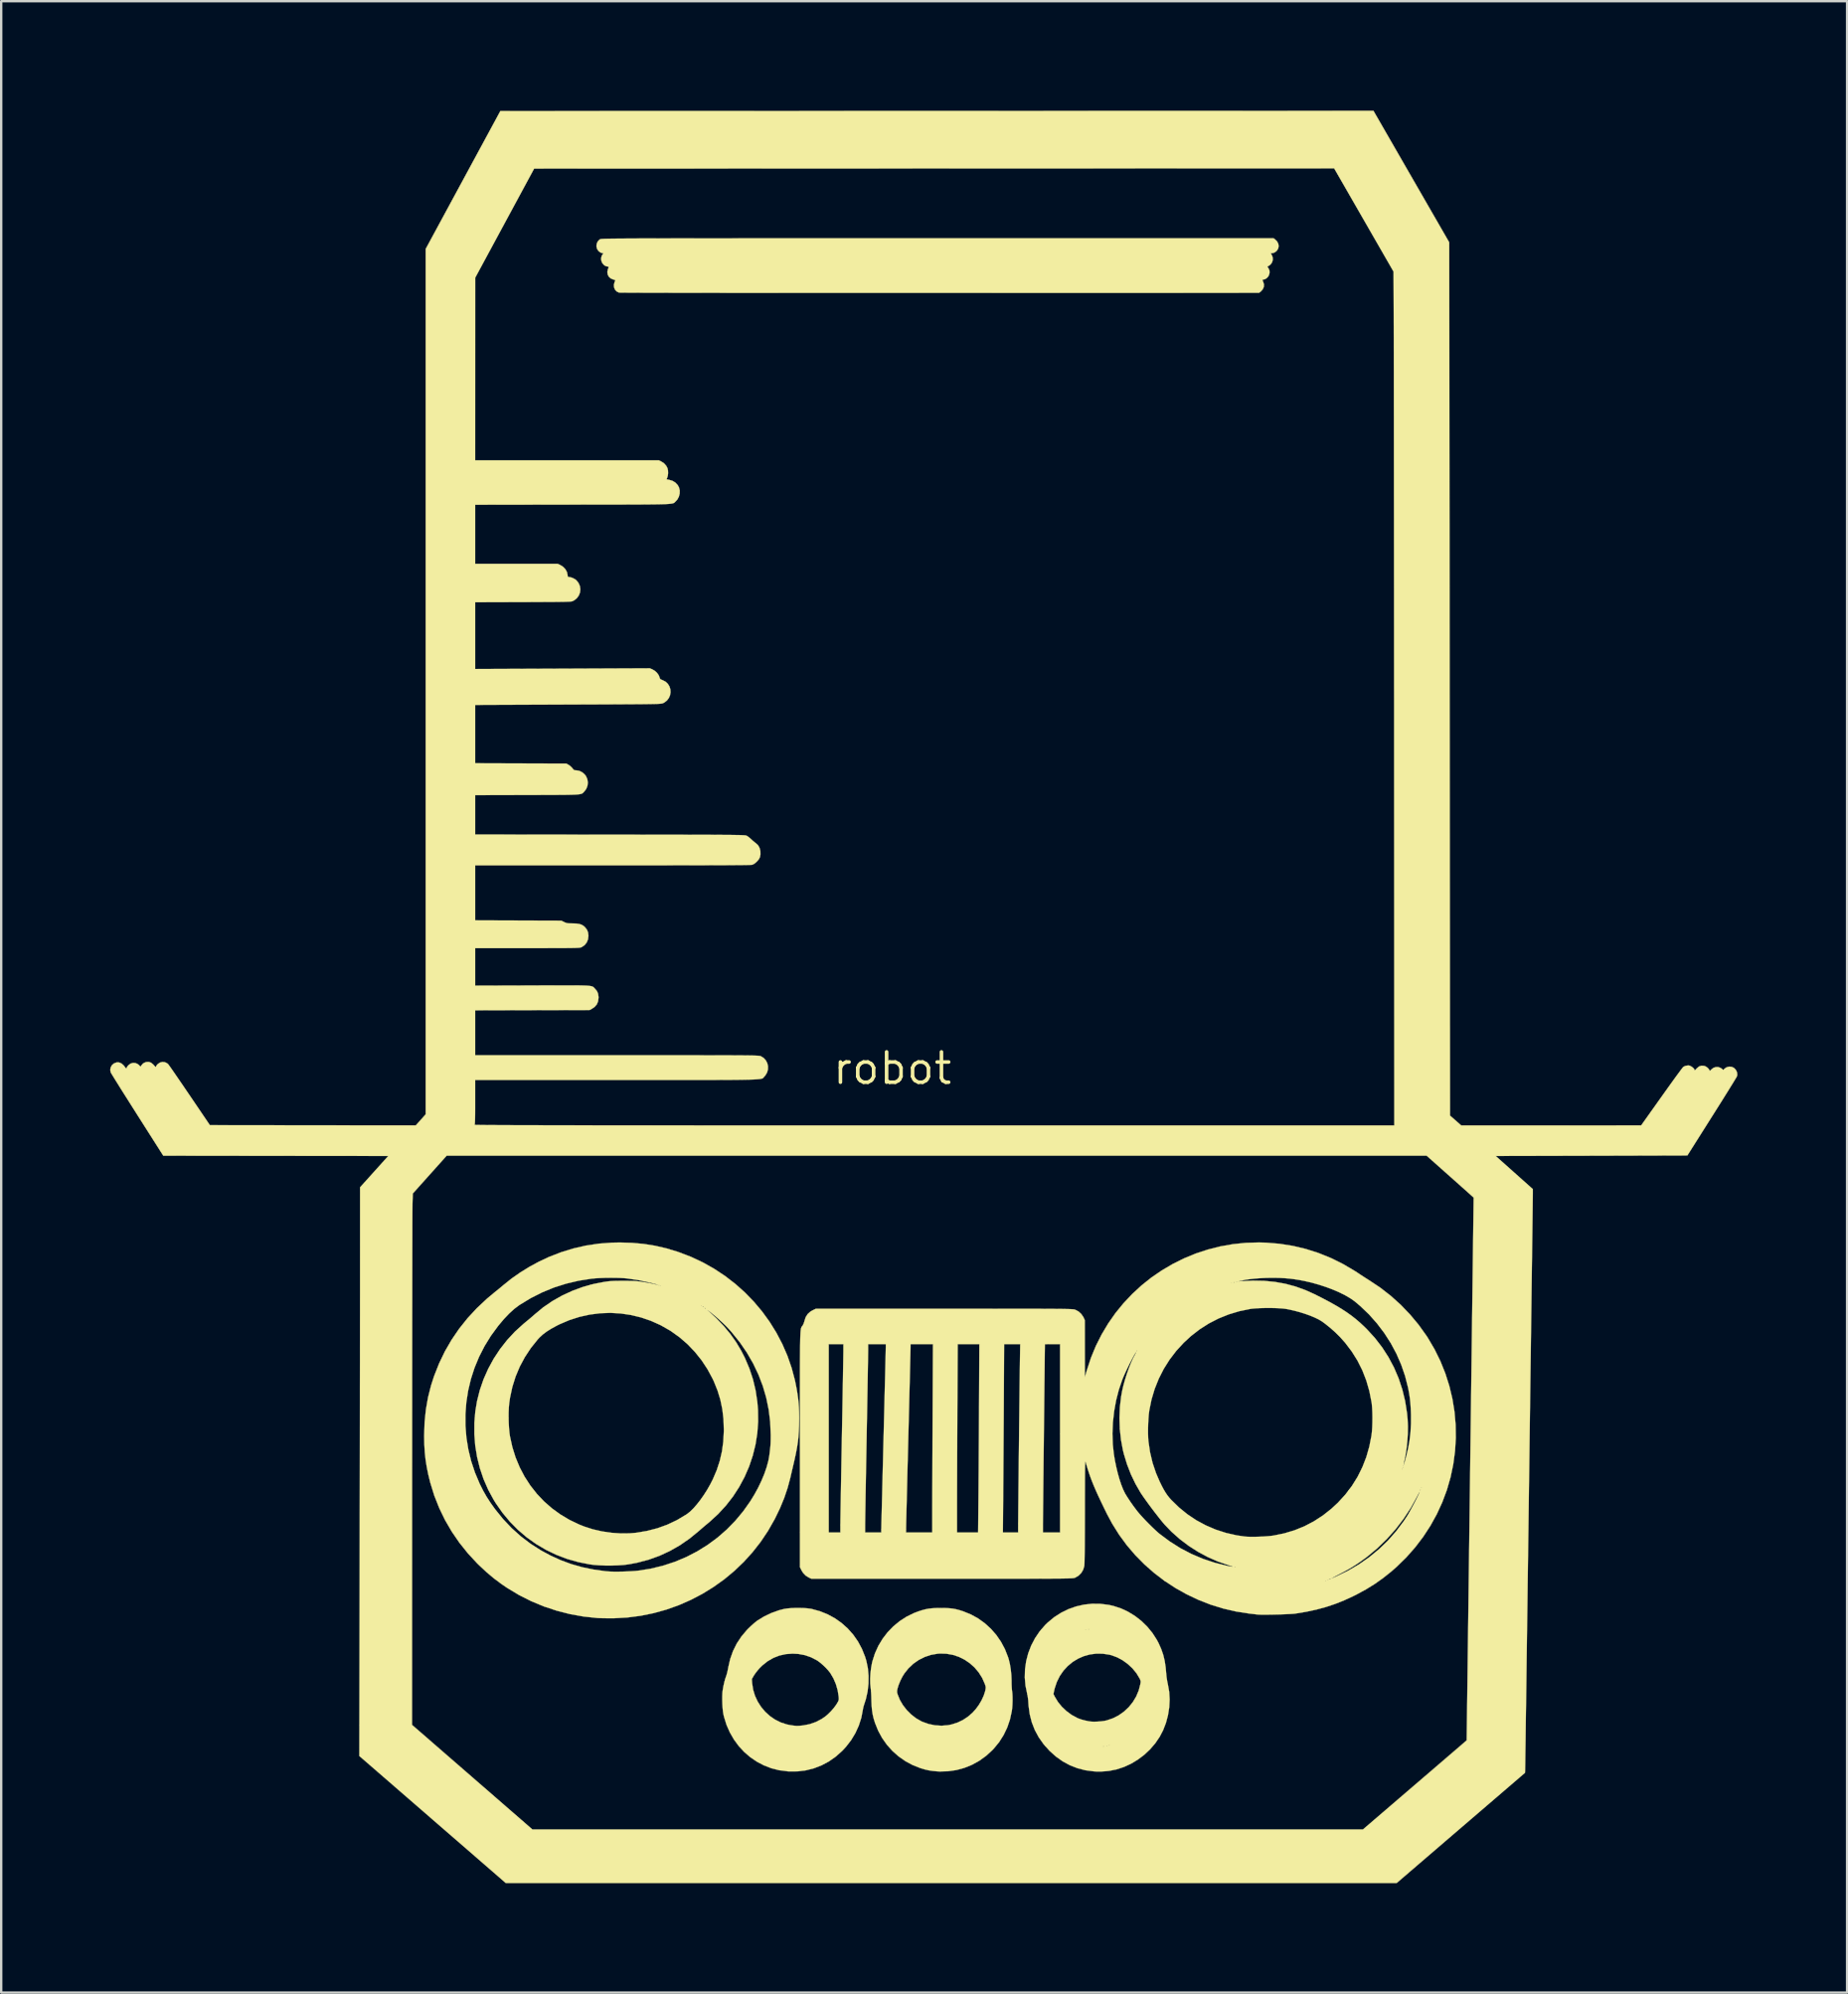
<source format=kicad_pcb>
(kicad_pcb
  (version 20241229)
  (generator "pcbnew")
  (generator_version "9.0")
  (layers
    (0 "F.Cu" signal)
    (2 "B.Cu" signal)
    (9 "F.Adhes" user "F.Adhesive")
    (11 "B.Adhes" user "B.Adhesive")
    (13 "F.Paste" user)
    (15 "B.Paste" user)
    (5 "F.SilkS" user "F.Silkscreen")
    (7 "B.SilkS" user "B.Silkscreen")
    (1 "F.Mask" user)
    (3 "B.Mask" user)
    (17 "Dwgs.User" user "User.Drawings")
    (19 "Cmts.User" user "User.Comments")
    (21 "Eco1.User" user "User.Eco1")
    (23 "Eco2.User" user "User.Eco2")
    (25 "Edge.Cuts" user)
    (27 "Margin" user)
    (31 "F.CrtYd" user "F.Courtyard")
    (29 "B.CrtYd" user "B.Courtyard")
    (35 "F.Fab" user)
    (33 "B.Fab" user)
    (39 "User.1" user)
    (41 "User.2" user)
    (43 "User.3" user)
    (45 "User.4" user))
  (footprint "robot"
    (layer "F.Cu")
    (at 34.347 41.725)
    (property "Reference" "robot" (at 0 0 0) (layer "F.SilkS") (effects (font (size 1.27 1.27) (thickness 0.15))))
    (attr through_hole)
    (fp_poly (pts (xy 1.858 -41.714) (xy 21.085 -41.709) (xy 23.001 -38.38) (xy 24.917 -35.052) (xy 24.938 -20.484) (xy 24.939 -19.674) (xy 24.94 -18.866) (xy 24.941 -18.06) (xy 24.942 -17.258) (xy 24.943 -16.462) (xy 24.943 -15.672) (xy 24.944 -14.89) (xy 24.945 -14.118) (xy 24.945 -13.358) (xy 24.946 -12.61) (xy 24.946 -11.876) (xy 24.947 -11.157) (xy 24.947 -10.455) (xy 24.948 -9.772) (xy 24.948 -9.108) (xy 24.948 -8.466) (xy 24.948 -7.846) (xy 24.948 -7.25) (xy 24.948 -6.68) (xy 24.948 -6.137) (xy 24.948 -5.622) (xy 24.948 -5.137) (xy 24.947 -4.683) (xy 24.947 -4.262) (xy 24.947 -3.875) (xy 24.946 -3.524) (xy 24.945 -3.21) (xy 24.945 -2.934) (xy 24.944 -2.698) (xy 24.944 -2.559) (xy 24.929 0.798) (xy 27.683 0.813) (xy 30.437 0.828) (xy 30.527 0.766) (xy 30.597 0.713) (xy 30.666 0.652) (xy 30.736 0.578) (xy 30.81 0.487) (xy 30.892 0.376) (xy 30.985 0.241) (xy 31.09 0.077) (xy 31.212 -0.118) (xy 31.263 -0.201) (xy 31.324 -0.298) (xy 31.385 -0.392) (xy 31.439 -0.47) (xy 31.474 -0.518) (xy 31.525 -0.588) (xy 31.582 -0.674) (xy 31.623 -0.743) (xy 31.698 -0.856) (xy 31.801 -0.978) (xy 31.921 -1.101) (xy 32.05 -1.213) (xy 32.176 -1.306) (xy 32.178 -1.307) (xy 32.43 -1.448) (xy 32.711 -1.559) (xy 33.015 -1.64) (xy 33.339 -1.69) (xy 33.68 -1.71) (xy 34.034 -1.697) (xy 34.089 -1.692) (xy 34.202 -1.682) (xy 34.305 -1.674) (xy 34.388 -1.669) (xy 34.441 -1.667) (xy 34.449 -1.667) (xy 34.637 -1.677) (xy 34.789 -1.684) (xy 34.911 -1.688) (xy 35.009 -1.689) (xy 35.089 -1.687) (xy 35.157 -1.683) (xy 35.219 -1.675) (xy 35.282 -1.665) (xy 35.293 -1.663) (xy 35.583 -1.588) (xy 35.858 -1.479) (xy 36.112 -1.336) (xy 36.342 -1.164) (xy 36.546 -0.964) (xy 36.718 -0.739) (xy 36.807 -0.589) (xy 36.882 -0.434) (xy 36.935 -0.287) (xy 36.969 -0.135) (xy 36.989 0.037) (xy 36.993 0.127) (xy 37.004 0.392) (xy 36.924 0.603) (xy 36.807 0.893) (xy 36.665 1.206) (xy 36.503 1.532) (xy 36.324 1.865) (xy 36.134 2.194) (xy 36.104 2.244) (xy 36.063 2.309) (xy 36.002 2.405) (xy 35.923 2.528) (xy 35.829 2.673) (xy 35.724 2.835) (xy 35.609 3.011) (xy 35.488 3.195) (xy 35.364 3.384) (xy 35.327 3.44) (xy 35.187 3.652) (xy 35.049 3.864) (xy 34.915 4.071) (xy 34.786 4.271) (xy 34.666 4.461) (xy 34.555 4.636) (xy 34.457 4.796) (xy 34.371 4.935) (xy 34.302 5.051) (xy 34.249 5.142) (xy 34.217 5.203) (xy 34.205 5.232) (xy 34.185 5.234) (xy 34.124 5.236) (xy 34.026 5.238) (xy 33.893 5.24) (xy 33.727 5.241) (xy 33.531 5.243) (xy 33.307 5.245) (xy 33.058 5.246) (xy 32.786 5.247) (xy 32.493 5.248) (xy 32.182 5.249) (xy 31.856 5.249) (xy 31.516 5.249) (xy 31.316 5.249) (xy 28.427 5.249) (xy 28.426 5.477) (xy 28.426 5.511) (xy 28.425 5.587) (xy 28.423 5.702) (xy 28.422 5.856) (xy 28.419 6.048) (xy 28.416 6.276) (xy 28.413 6.539) (xy 28.409 6.836) (xy 28.404 7.166) (xy 28.4 7.527) (xy 28.394 7.918) (xy 28.389 8.339) (xy 28.383 8.787) (xy 28.377 9.262) (xy 28.37 9.762) (xy 28.363 10.287) (xy 28.356 10.835) (xy 28.348 11.404) (xy 28.34 11.994) (xy 28.332 12.604) (xy 28.324 13.232) (xy 28.315 13.876) (xy 28.306 14.537) (xy 28.297 15.212) (xy 28.288 15.901) (xy 28.278 16.602) (xy 28.269 17.313) (xy 28.26 17.98) (xy 28.094 30.255) (xy 28.033 30.308) (xy 28.011 30.327) (xy 27.958 30.372) (xy 27.877 30.442) (xy 27.768 30.535) (xy 27.633 30.651) (xy 27.474 30.787) (xy 27.293 30.943) (xy 27.09 31.117) (xy 26.868 31.308) (xy 26.628 31.514) (xy 26.372 31.734) (xy 26.101 31.966) (xy 25.817 32.21) (xy 25.521 32.464) (xy 25.215 32.727) (xy 24.901 32.996) (xy 24.845 33.045) (xy 21.718 35.729) (xy 2.461 35.729) (xy -16.796 35.729) (xy -23.92 29.559) (xy -23.891 5.249) (xy -31.426 5.249) (xy -32.048 4.27) (xy -32.312 3.854) (xy -32.558 3.467) (xy -32.786 3.109) (xy -32.996 2.781) (xy -33.186 2.484) (xy -33.357 2.218) (xy -33.508 1.984) (xy -33.639 1.782) (xy -33.75 1.614) (xy -33.839 1.479) (xy -33.907 1.378) (xy -33.953 1.313) (xy -33.97 1.292) (xy -34.047 1.18) (xy -34.126 1.041) (xy -34.199 0.886) (xy -34.26 0.73) (xy -34.293 0.624) (xy -34.323 0.466) (xy -34.339 0.282) (xy -34.342 0.105) (xy -32.748 0.105) (xy -32.737 0.145) (xy -32.722 0.174) (xy -32.686 0.235) (xy -32.63 0.328) (xy -32.557 0.448) (xy -32.467 0.593) (xy -32.362 0.762) (xy -32.244 0.95) (xy -32.115 1.156) (xy -31.976 1.377) (xy -31.828 1.61) (xy -31.674 1.853) (xy -31.624 1.931) (xy -30.538 3.641) (xy -21.075 3.651) (xy -22.281 4.995) (xy -22.296 13.742) (xy -22.297 14.383) (xy -22.298 15.027) (xy -22.299 15.673) (xy -22.299 16.32) (xy -22.3 16.964) (xy -22.301 17.604) (xy -22.302 18.237) (xy -22.303 18.862) (xy -22.304 19.476) (xy -22.304 20.077) (xy -22.305 20.663) (xy -22.306 21.231) (xy -22.306 21.781) (xy -22.307 22.308) (xy -22.307 22.812) (xy -22.307 23.29) (xy -22.308 23.74) (xy -22.308 24.16) (xy -22.308 24.548) (xy -22.308 24.901) (xy -22.308 25.218) (xy -22.308 25.495) (xy -22.308 25.654) (xy -22.307 28.818) (xy -16.188 34.121) (xy 21.119 34.121) (xy 23.81 31.811) (xy 26.501 29.5) (xy 26.501 29.361) (xy 26.501 29.331) (xy 26.502 29.261) (xy 26.503 29.15) (xy 26.505 29.001) (xy 26.507 28.815) (xy 26.51 28.592) (xy 26.514 28.334) (xy 26.517 28.042) (xy 26.522 27.718) (xy 26.526 27.363) (xy 26.531 26.977) (xy 26.537 26.562) (xy 26.543 26.119) (xy 26.549 25.65) (xy 26.555 25.156) (xy 26.562 24.637) (xy 26.569 24.096) (xy 26.577 23.533) (xy 26.585 22.949) (xy 26.593 22.346) (xy 26.601 21.725) (xy 26.609 21.088) (xy 26.618 20.434) (xy 26.627 19.766) (xy 26.636 19.086) (xy 26.645 18.393) (xy 26.655 17.689) (xy 26.659 17.335) (xy 26.669 16.627) (xy 26.678 15.928) (xy 26.687 15.24) (xy 26.696 14.565) (xy 26.705 13.903) (xy 26.714 13.256) (xy 26.722 12.625) (xy 26.73 12.012) (xy 26.738 11.417) (xy 26.746 10.842) (xy 26.753 10.288) (xy 26.76 9.756) (xy 26.767 9.247) (xy 26.773 8.763) (xy 26.779 8.305) (xy 26.785 7.874) (xy 26.79 7.472) (xy 26.795 7.099) (xy 26.799 6.756) (xy 26.803 6.446) (xy 26.807 6.168) (xy 26.81 5.926) (xy 26.812 5.718) (xy 26.815 5.548) (xy 26.816 5.416) (xy 26.817 5.323) (xy 26.818 5.27) (xy 26.818 5.26) (xy 26.818 5.069) (xy 26.02 4.36) (xy 25.222 3.651) (xy 33.301 3.63) (xy 34.325 2.011) (xy 34.475 1.772) (xy 34.62 1.542) (xy 34.757 1.324) (xy 34.884 1.12) (xy 35.001 0.933) (xy 35.104 0.766) (xy 35.193 0.622) (xy 35.266 0.502) (xy 35.321 0.411) (xy 35.357 0.349) (xy 35.372 0.321) (xy 35.372 0.321) (xy 35.385 0.22) (xy 35.361 0.123) (xy 35.305 0.039) (xy 35.223 -0.022) (xy 35.179 -0.04) (xy 35.077 -0.056) (xy 34.987 -0.035) (xy 34.902 0.025) (xy 34.889 0.037) (xy 34.843 0.081) (xy 34.815 0.096) (xy 34.796 0.088) (xy 34.789 0.08) (xy 34.739 0.034) (xy 34.669 -0.009) (xy 34.596 -0.037) (xy 34.558 -0.042) (xy 34.508 -0.035) (xy 34.449 -0.017) (xy 34.394 0.007) (xy 34.359 0.03) (xy 34.353 0.039) (xy 34.34 0.063) (xy 34.31 0.105) (xy 34.302 0.115) (xy 34.251 0.176) (xy 34.22 0.102) (xy 34.158 0.003) (xy 34.07 -0.064) (xy 34.01 -0.086) (xy 33.916 -0.091) (xy 33.821 -0.061) (xy 33.737 -0.002) (xy 33.693 0.051) (xy 33.661 0.097) (xy 33.638 0.124) (xy 33.633 0.127) (xy 33.617 0.11) (xy 33.591 0.069) (xy 33.583 0.055) (xy 33.524 -0.018) (xy 33.443 -0.072) (xy 33.353 -0.099) (xy 33.291 -0.098) (xy 33.222 -0.076) (xy 33.162 -0.042) (xy 33.161 -0.041) (xy 33.14 -0.017) (xy 33.097 0.038) (xy 33.033 0.123) (xy 32.951 0.233) (xy 32.854 0.366) (xy 32.742 0.519) (xy 32.619 0.69) (xy 32.486 0.874) (xy 32.345 1.07) (xy 32.248 1.207) (xy 31.389 2.413) (xy 23.823 2.412) (xy 23.354 1.993) (xy 23.34 -7.01) (xy 23.339 -7.731) (xy 23.338 -8.489) (xy 23.337 -9.28) (xy 23.335 -10.1) (xy 23.334 -10.946) (xy 23.333 -11.813) (xy 23.332 -12.697) (xy 23.331 -13.595) (xy 23.33 -14.503) (xy 23.33 -15.416) (xy 23.329 -16.33) (xy 23.328 -17.243) (xy 23.327 -18.149) (xy 23.326 -19.046) (xy 23.326 -19.928) (xy 23.325 -20.792) (xy 23.325 -21.635) (xy 23.324 -22.451) (xy 23.324 -23.238) (xy 23.323 -23.991) (xy 23.323 -24.707) (xy 23.323 -24.839) (xy 23.323 -25.453) (xy 23.323 -26.058) (xy 23.322 -26.653) (xy 23.322 -27.236) (xy 23.321 -27.807) (xy 23.321 -28.362) (xy 23.32 -28.902) (xy 23.32 -29.424) (xy 23.319 -29.926) (xy 23.319 -30.409) (xy 23.318 -30.869) (xy 23.317 -31.305) (xy 23.316 -31.717) (xy 23.316 -32.102) (xy 23.315 -32.459) (xy 23.314 -32.786) (xy 23.313 -33.082) (xy 23.312 -33.346) (xy 23.311 -33.576) (xy 23.31 -33.77) (xy 23.31 -33.928) (xy 23.309 -34.047) (xy 23.308 -34.126) (xy 23.307 -34.152) (xy 23.294 -34.639) (xy 20.144 -40.111) (xy -16.414 -40.1) (xy -17.985 -37.2) (xy -19.556 -34.301) (xy -19.557 -16.17) (xy -19.558 1.961) (xy -19.76 2.187) (xy -19.962 2.413) (xy -28.609 2.413) (xy -29.483 1.123) (xy -29.626 0.912) (xy -29.763 0.711) (xy -29.893 0.523) (xy -30.013 0.35) (xy -30.121 0.195) (xy -30.215 0.062) (xy -30.293 -0.048) (xy -30.354 -0.131) (xy -30.395 -0.184) (xy -30.413 -0.205) (xy -30.48 -0.232) (xy -30.566 -0.243) (xy -30.568 -0.243) (xy -30.671 -0.227) (xy -30.755 -0.176) (xy -30.825 -0.087) (xy -30.832 -0.075) (xy -30.877 0.004) (xy -30.946 -0.092) (xy -31.027 -0.18) (xy -31.118 -0.235) (xy -31.212 -0.254) (xy -31.302 -0.235) (xy -31.312 -0.23) (xy -31.387 -0.18) (xy -31.448 -0.117) (xy -31.477 -0.068) (xy -31.489 -0.041) (xy -31.504 -0.036) (xy -31.529 -0.056) (xy -31.575 -0.103) (xy -31.576 -0.103) (xy -31.657 -0.173) (xy -31.739 -0.206) (xy -31.83 -0.205) (xy -31.843 -0.203) (xy -31.943 -0.164) (xy -32.023 -0.089) (xy -32.066 -0.014) (xy -32.102 0.071) (xy -32.185 -0.049) (xy -32.268 -0.148) (xy -32.353 -0.207) (xy -32.447 -0.232) (xy -32.473 -0.233) (xy -32.569 -0.213) (xy -32.651 -0.161) (xy -32.712 -0.085) (xy -32.747 0.007) (xy -32.748 0.105) (xy -34.342 0.105) (xy -34.342 0.085) (xy -34.33 -0.111) (xy -34.305 -0.292) (xy -34.284 -0.385) (xy -34.193 -0.664) (xy -34.073 -0.913) (xy -33.924 -1.137) (xy -33.794 -1.288) (xy -33.596 -1.469) (xy -33.384 -1.611) (xy -33.158 -1.715) (xy -32.999 -1.763) (xy -32.931 -1.774) (xy -32.824 -1.784) (xy -32.683 -1.794) (xy -32.512 -1.803) (xy -32.315 -1.811) (xy -32.096 -1.817) (xy -31.859 -1.823) (xy -31.607 -1.827) (xy -31.346 -1.83) (xy -31.079 -1.83) (xy -31.052 -1.83) (xy -30.791 -1.828) (xy -30.566 -1.821) (xy -30.373 -1.808) (xy -30.205 -1.786) (xy -30.056 -1.755) (xy -29.921 -1.712) (xy -29.794 -1.657) (xy -29.669 -1.587) (xy -29.541 -1.501) (xy -29.405 -1.398) (xy -29.349 -1.354) (xy -29.246 -1.265) (xy -29.143 -1.166) (xy -29.039 -1.054) (xy -28.93 -0.924) (xy -28.814 -0.775) (xy -28.689 -0.602) (xy -28.553 -0.402) (xy -28.402 -0.173) (xy -28.236 0.089) (xy -28.161 0.208) (xy -28.079 0.338) (xy -28.002 0.46) (xy -27.933 0.566) (xy -27.875 0.653) (xy -27.834 0.714) (xy -27.813 0.742) (xy -27.76 0.804) (xy -24.463 0.809) (xy -21.167 0.815) (xy -21.167 -16.947) (xy -21.167 -34.709) (xy -19.267 -38.214) (xy -17.368 -41.72) (xy 1.858 -41.714)) (stroke (width 0.01) (type solid)) (fill yes) (layer "F.Mask"))
    (fp_poly (pts (xy -3.726 22.619) (xy -3.565 22.63) (xy -3.429 22.647) (xy -3.387 22.655) (xy -3.041 22.75) (xy -2.714 22.881) (xy -2.409 23.047) (xy -2.127 23.246) (xy -1.871 23.475) (xy -1.642 23.733) (xy -1.443 24.018) (xy -1.277 24.327) (xy -1.144 24.659) (xy -1.092 24.829) (xy -1.028 25.136) (xy -0.998 25.46) (xy -1.002 25.79) (xy -1.04 26.12) (xy -1.112 26.44) (xy -1.182 26.656) (xy -1.21 26.746) (xy -1.232 26.845) (xy -1.238 26.882) (xy -1.302 27.218) (xy -1.407 27.544) (xy -1.55 27.859) (xy -1.73 28.157) (xy -1.945 28.435) (xy -2.105 28.607) (xy -2.374 28.846) (xy -2.662 29.048) (xy -2.966 29.21) (xy -3.286 29.334) (xy -3.619 29.419) (xy -3.965 29.463) (xy -4.322 29.466) (xy -4.403 29.461) (xy -4.744 29.416) (xy -5.073 29.332) (xy -5.386 29.211) (xy -5.681 29.056) (xy -5.957 28.868) (xy -6.21 28.65) (xy -6.438 28.403) (xy -6.639 28.13) (xy -6.811 27.832) (xy -6.951 27.513) (xy -7.056 27.174) (xy -7.08 27.072) (xy -7.099 26.957) (xy -7.114 26.811) (xy -7.124 26.648) (xy -7.129 26.479) (xy -7.129 26.317) (xy -7.123 26.173) (xy -7.113 26.079) (xy -7.083 25.903) (xy -7.044 25.728) (xy -7.007 25.593) (xy -5.89 25.593) (xy -5.877 25.769) (xy -5.836 26.037) (xy -5.758 26.294) (xy -5.645 26.537) (xy -5.501 26.762) (xy -5.329 26.966) (xy -5.133 27.144) (xy -4.915 27.294) (xy -4.679 27.412) (xy -4.428 27.494) (xy -4.329 27.515) (xy -4.199 27.537) (xy -4.096 27.55) (xy -4.006 27.556) (xy -3.915 27.554) (xy -3.809 27.545) (xy -3.737 27.537) (xy -3.468 27.485) (xy -3.207 27.394) (xy -2.962 27.266) (xy -2.813 27.164) (xy -2.694 27.063) (xy -2.571 26.94) (xy -2.455 26.807) (xy -2.359 26.677) (xy -2.324 26.622) (xy -2.281 26.548) (xy -2.256 26.495) (xy -2.246 26.447) (xy -2.246 26.389) (xy -2.251 26.325) (xy -2.292 26.066) (xy -2.366 25.809) (xy -2.47 25.566) (xy -2.599 25.347) (xy -2.612 25.328) (xy -2.692 25.228) (xy -2.794 25.118) (xy -2.908 25.009) (xy -3.022 24.911) (xy -3.126 24.833) (xy -3.16 24.811) (xy -3.412 24.681) (xy -3.669 24.592) (xy -3.938 24.542) (xy -4.181 24.529) (xy -4.464 24.549) (xy -4.733 24.609) (xy -4.989 24.709) (xy -5.229 24.848) (xy -5.451 25.025) (xy -5.567 25.14) (xy -5.643 25.227) (xy -5.72 25.324) (xy -5.784 25.415) (xy -5.804 25.447) (xy -5.89 25.593) (xy -7.007 25.593) (xy -7 25.57) (xy -6.961 25.457) (xy -6.94 25.39) (xy -6.915 25.295) (xy -6.892 25.186) (xy -6.877 25.105) (xy -6.797 24.755) (xy -6.679 24.422) (xy -6.523 24.108) (xy -6.329 23.814) (xy -6.1 23.541) (xy -6.034 23.473) (xy -5.94 23.383) (xy -5.842 23.294) (xy -5.75 23.215) (xy -5.674 23.156) (xy -5.662 23.147) (xy -5.376 22.971) (xy -5.067 22.824) (xy -4.747 22.71) (xy -4.53 22.655) (xy -4.407 22.636) (xy -4.255 22.623) (xy -4.082 22.616) (xy -3.903 22.615) (xy -3.726 22.619)) (stroke (width 0.01) (type solid)) (fill yes) (layer "F.SilkS"))
    (fp_poly (pts (xy 2.224 22.619) (xy 2.385 22.627) (xy 2.527 22.642) (xy 2.662 22.667) (xy 2.799 22.702) (xy 2.951 22.75) (xy 2.974 22.758) (xy 3.295 22.889) (xy 3.597 23.056) (xy 3.876 23.257) (xy 4.129 23.488) (xy 4.356 23.747) (xy 4.552 24.032) (xy 4.716 24.34) (xy 4.845 24.668) (xy 4.878 24.774) (xy 4.925 24.969) (xy 4.961 25.191) (xy 4.985 25.425) (xy 4.995 25.655) (xy 4.995 25.707) (xy 4.996 25.822) (xy 5.001 25.935) (xy 5.008 26.032) (xy 5.015 26.088) (xy 5.028 26.2) (xy 5.035 26.341) (xy 5.036 26.499) (xy 5.031 26.66) (xy 5.021 26.811) (xy 5.005 26.934) (xy 4.928 27.289) (xy 4.813 27.626) (xy 4.66 27.943) (xy 4.472 28.24) (xy 4.247 28.513) (xy 4.186 28.577) (xy 3.923 28.817) (xy 3.639 29.021) (xy 3.336 29.188) (xy 3.017 29.317) (xy 2.684 29.408) (xy 2.34 29.458) (xy 1.988 29.468) (xy 1.863 29.462) (xy 1.677 29.444) (xy 1.513 29.418) (xy 1.35 29.38) (xy 1.171 29.326) (xy 0.846 29.197) (xy 0.542 29.033) (xy 0.259 28.835) (xy 0.002 28.607) (xy -0.228 28.35) (xy -0.428 28.067) (xy -0.595 27.761) (xy -0.727 27.434) (xy -0.73 27.425) (xy -0.785 27.248) (xy -0.825 27.078) (xy -0.852 26.903) (xy -0.87 26.711) (xy -0.879 26.491) (xy -0.879 26.469) (xy -0.883 26.337) (xy -0.889 26.209) (xy -0.895 26.116) (xy 0.194 26.116) (xy 0.2 26.166) (xy 0.218 26.23) (xy 0.221 26.24) (xy 0.314 26.469) (xy 0.443 26.689) (xy 0.604 26.895) (xy 0.79 27.081) (xy 0.995 27.239) (xy 1.215 27.365) (xy 1.259 27.385) (xy 1.521 27.478) (xy 1.79 27.533) (xy 2.062 27.55) (xy 2.33 27.528) (xy 2.486 27.496) (xy 2.735 27.416) (xy 2.96 27.308) (xy 3.171 27.167) (xy 3.352 27.01) (xy 3.494 26.855) (xy 3.625 26.676) (xy 3.739 26.483) (xy 3.829 26.287) (xy 3.889 26.1) (xy 3.897 26.064) (xy 3.91 25.989) (xy 3.912 25.933) (xy 3.901 25.876) (xy 3.875 25.799) (xy 3.763 25.546) (xy 3.618 25.316) (xy 3.444 25.11) (xy 3.244 24.931) (xy 3.023 24.781) (xy 2.784 24.663) (xy 2.53 24.58) (xy 2.266 24.533) (xy 1.996 24.525) (xy 1.894 24.532) (xy 1.616 24.581) (xy 1.351 24.67) (xy 1.103 24.795) (xy 0.875 24.955) (xy 0.671 25.149) (xy 0.504 25.358) (xy 0.415 25.502) (xy 0.332 25.668) (xy 0.263 25.837) (xy 0.218 25.982) (xy 0.201 26.06) (xy 0.194 26.116) (xy -0.895 26.116) (xy -0.896 26.096) (xy -0.904 26.007) (xy -0.909 25.971) (xy -0.928 25.786) (xy -0.931 25.574) (xy -0.918 25.348) (xy -0.891 25.122) (xy -0.851 24.907) (xy -0.837 24.85) (xy -0.73 24.516) (xy -0.586 24.199) (xy -0.408 23.904) (xy -0.199 23.631) (xy 0.04 23.385) (xy 0.305 23.167) (xy 0.594 22.98) (xy 0.905 22.828) (xy 1.09 22.758) (xy 1.245 22.708) (xy 1.384 22.671) (xy 1.518 22.645) (xy 1.658 22.629) (xy 1.816 22.62) (xy 2.003 22.617) (xy 2.032 22.617) (xy 2.224 22.619)) (stroke (width 0.01) (type solid)) (fill yes) (layer "F.SilkS"))
    (fp_poly (pts (xy 16.036 -34.744) (xy 16.122 -34.658) (xy 16.173 -34.561) (xy 16.188 -34.458) (xy 16.169 -34.359) (xy 16.113 -34.269) (xy 16.046 -34.211) (xy 15.985 -34.18) (xy 15.924 -34.164) (xy 15.915 -34.163) (xy 15.855 -34.163) (xy 15.9 -34.087) (xy 15.939 -33.984) (xy 15.941 -33.876) (xy 15.909 -33.775) (xy 15.847 -33.689) (xy 15.788 -33.644) (xy 15.714 -33.602) (xy 15.763 -33.53) (xy 15.804 -33.434) (xy 15.805 -33.327) (xy 15.779 -33.237) (xy 15.738 -33.17) (xy 15.677 -33.111) (xy 15.61 -33.072) (xy 15.565 -33.062) (xy 15.524 -33.057) (xy 15.511 -33.036) (xy 15.525 -32.992) (xy 15.54 -32.961) (xy 15.573 -32.856) (xy 15.566 -32.75) (xy 15.521 -32.649) (xy 15.44 -32.559) (xy 15.422 -32.545) (xy 15.364 -32.501) (xy 1.983 -32.498) (xy 1.206 -32.498) (xy 0.442 -32.498) (xy -0.307 -32.498) (xy -1.042 -32.498) (xy -1.761 -32.498) (xy -2.463 -32.498) (xy -3.147 -32.498) (xy -3.812 -32.498) (xy -4.456 -32.498) (xy -5.079 -32.499) (xy -5.68 -32.499) (xy -6.257 -32.5) (xy -6.81 -32.5) (xy -7.337 -32.501) (xy -7.838 -32.501) (xy -8.311 -32.502) (xy -8.755 -32.502) (xy -9.17 -32.503) (xy -9.554 -32.504) (xy -9.905 -32.505) (xy -10.224 -32.505) (xy -10.509 -32.506) (xy -10.758 -32.507) (xy -10.972 -32.508) (xy -11.148 -32.509) (xy -11.286 -32.51) (xy -11.385 -32.511) (xy -11.443 -32.512) (xy -11.46 -32.513) (xy -11.555 -32.561) (xy -11.624 -32.637) (xy -11.663 -32.733) (xy -11.67 -32.84) (xy -11.642 -32.953) (xy -11.629 -32.981) (xy -11.614 -33.015) (xy -11.619 -33.035) (xy -11.652 -33.049) (xy -11.698 -33.061) (xy -11.805 -33.107) (xy -11.884 -33.18) (xy -11.932 -33.273) (xy -11.945 -33.38) (xy -11.922 -33.493) (xy -11.898 -33.544) (xy -11.891 -33.584) (xy -11.922 -33.606) (xy -11.981 -33.613) (xy -12.021 -33.626) (xy -12.073 -33.66) (xy -12.096 -33.678) (xy -12.164 -33.762) (xy -12.201 -33.862) (xy -12.205 -33.966) (xy -12.176 -34.064) (xy -12.149 -34.106) (xy -12.108 -34.158) (xy -12.178 -34.171) (xy -12.239 -34.196) (xy -12.303 -34.243) (xy -12.319 -34.258) (xy -12.377 -34.346) (xy -12.402 -34.448) (xy -12.393 -34.551) (xy -12.353 -34.647) (xy -12.283 -34.725) (xy -12.253 -34.745) (xy -12.248 -34.748) (xy -12.242 -34.751) (xy -12.235 -34.753) (xy -12.224 -34.755) (xy -12.21 -34.758) (xy -12.192 -34.76) (xy -12.167 -34.762) (xy -12.137 -34.764) (xy -12.098 -34.766) (xy -12.051 -34.768) (xy -11.995 -34.769) (xy -11.928 -34.771) (xy -11.85 -34.772) (xy -11.76 -34.774) (xy -11.656 -34.775) (xy -11.539 -34.776) (xy -11.406 -34.777) (xy -11.257 -34.778) (xy -11.091 -34.779) (xy -10.907 -34.78) (xy -10.704 -34.781) (xy -10.481 -34.782) (xy -10.237 -34.783) (xy -9.972 -34.783) (xy -9.684 -34.784) (xy -9.372 -34.784) (xy -9.035 -34.785) (xy -8.673 -34.785) (xy -8.284 -34.786) (xy -7.868 -34.786) (xy -7.423 -34.786) (xy -6.949 -34.786) (xy -6.444 -34.787) (xy -5.908 -34.787) (xy -5.34 -34.787) (xy -4.738 -34.787) (xy -4.103 -34.787) (xy -3.432 -34.787) (xy -2.725 -34.787) (xy -1.981 -34.787) (xy -1.199 -34.787) (xy -0.378 -34.787) (xy 0.483 -34.787) (xy 1.384 -34.787) (xy 15.978 -34.787) (xy 16.036 -34.744)) (stroke (width 0.01) (type solid)) (fill yes) (layer "F.SilkS"))
    (fp_poly (pts (xy 8.718 22.442) (xy 9.064 22.485) (xy 9.263 22.53) (xy 9.579 22.633) (xy 9.882 22.775) (xy 10.169 22.951) (xy 10.437 23.16) (xy 10.68 23.397) (xy 10.896 23.66) (xy 11.08 23.945) (xy 11.155 24.086) (xy 11.266 24.334) (xy 11.351 24.58) (xy 11.412 24.834) (xy 11.453 25.108) (xy 11.472 25.326) (xy 11.489 25.503) (xy 11.517 25.685) (xy 11.544 25.813) (xy 11.6 26.125) (xy 11.619 26.45) (xy 11.602 26.78) (xy 11.55 27.109) (xy 11.465 27.43) (xy 11.347 27.736) (xy 11.203 28.013) (xy 11.014 28.29) (xy 10.795 28.544) (xy 10.55 28.773) (xy 10.284 28.973) (xy 10.001 29.143) (xy 9.704 29.279) (xy 9.398 29.38) (xy 9.087 29.442) (xy 8.968 29.455) (xy 8.839 29.464) (xy 8.739 29.47) (xy 8.654 29.472) (xy 8.57 29.47) (xy 8.474 29.465) (xy 8.435 29.462) (xy 8.087 29.416) (xy 7.754 29.33) (xy 7.436 29.205) (xy 7.135 29.042) (xy 6.85 28.839) (xy 6.583 28.599) (xy 6.582 28.598) (xy 6.417 28.413) (xy 8.834 28.413) (xy 8.836 28.425) (xy 8.848 28.427) (xy 8.865 28.419) (xy 8.862 28.413) (xy 8.837 28.41) (xy 8.834 28.413) (xy 6.417 28.413) (xy 6.401 28.395) (xy 8.975 28.395) (xy 8.985 28.406) (xy 8.996 28.395) (xy 8.985 28.384) (xy 8.975 28.395) (xy 6.401 28.395) (xy 6.382 28.374) (xy 9.081 28.374) (xy 9.091 28.384) (xy 9.102 28.374) (xy 9.091 28.363) (xy 9.081 28.374) (xy 6.382 28.374) (xy 6.339 28.326) (xy 6.135 28.037) (xy 5.97 27.732) (xy 5.844 27.41) (xy 5.757 27.072) (xy 5.708 26.717) (xy 5.701 26.609) (xy 5.693 26.488) (xy 5.678 26.367) (xy 5.661 26.262) (xy 5.651 26.221) (xy 6.749 26.221) (xy 6.806 26.334) (xy 6.937 26.551) (xy 7.102 26.754) (xy 7.296 26.937) (xy 7.51 27.095) (xy 7.739 27.22) (xy 7.805 27.248) (xy 7.93 27.292) (xy 8.077 27.331) (xy 8.225 27.362) (xy 8.329 27.377) (xy 8.446 27.382) (xy 8.587 27.378) (xy 8.735 27.367) (xy 8.874 27.349) (xy 8.978 27.328) (xy 9.24 27.239) (xy 9.484 27.115) (xy 9.707 26.957) (xy 9.906 26.771) (xy 10.077 26.559) (xy 10.218 26.324) (xy 10.324 26.071) (xy 10.392 25.808) (xy 10.404 25.733) (xy 10.404 25.68) (xy 10.39 25.631) (xy 10.36 25.567) (xy 10.359 25.565) (xy 10.228 25.349) (xy 10.063 25.148) (xy 9.87 24.968) (xy 9.657 24.813) (xy 9.429 24.688) (xy 9.192 24.599) (xy 9.101 24.575) (xy 8.82 24.532) (xy 8.544 24.529) (xy 8.276 24.564) (xy 8.019 24.636) (xy 7.777 24.742) (xy 7.552 24.88) (xy 7.349 25.049) (xy 7.168 25.245) (xy 7.015 25.468) (xy 6.892 25.715) (xy 6.802 25.984) (xy 6.784 26.059) (xy 6.749 26.221) (xy 5.651 26.221) (xy 5.65 26.214) (xy 5.579 25.872) (xy 5.549 25.527) (xy 5.559 25.183) (xy 5.607 24.843) (xy 5.694 24.511) (xy 5.817 24.191) (xy 5.976 23.886) (xy 6.169 23.6) (xy 6.232 23.527) (xy 8.086 23.527) (xy 8.096 23.537) (xy 8.107 23.527) (xy 8.096 23.516) (xy 8.086 23.527) (xy 6.232 23.527) (xy 6.25 23.506) (xy 8.213 23.506) (xy 8.223 23.516) (xy 8.234 23.506) (xy 8.223 23.495) (xy 8.213 23.506) (xy 6.25 23.506) (xy 6.397 23.335) (xy 6.508 23.227) (xy 6.778 23.003) (xy 7.069 22.816) (xy 7.377 22.664) (xy 7.7 22.551) (xy 8.033 22.475) (xy 8.374 22.438) (xy 8.718 22.442)) (stroke (width 0.01) (type solid)) (fill yes) (layer "F.SilkS"))
    (fp_poly (pts (xy -10.908 7.313) (xy -10.419 7.358) (xy -9.943 7.434) (xy -9.472 7.543) (xy -8.996 7.687) (xy -8.95 7.703) (xy -8.433 7.901) (xy -7.937 8.135) (xy -7.461 8.403) (xy -7.009 8.703) (xy -6.581 9.033) (xy -6.179 9.392) (xy -5.805 9.778) (xy -5.459 10.189) (xy -5.144 10.623) (xy -4.861 11.079) (xy -4.612 11.554) (xy -4.398 12.047) (xy -4.221 12.557) (xy -4.082 13.08) (xy -4.012 13.43) (xy -3.976 13.65) (xy -3.949 13.843) (xy -3.929 14.023) (xy -3.916 14.203) (xy -3.909 14.395) (xy -3.906 14.612) (xy -3.906 14.69) (xy -3.91 14.963) (xy -3.919 15.211) (xy -3.936 15.443) (xy -3.962 15.67) (xy -3.999 15.903) (xy -4.046 16.151) (xy -4.106 16.426) (xy -4.126 16.51) (xy -4.16 16.657) (xy -4.198 16.818) (xy -4.235 16.978) (xy -4.268 17.119) (xy -4.276 17.156) (xy -4.39 17.581) (xy -4.532 18.003) (xy -4.707 18.428) (xy -4.917 18.863) (xy -4.935 18.898) (xy -5.211 19.383) (xy -5.52 19.844) (xy -5.861 20.279) (xy -6.23 20.687) (xy -6.627 21.066) (xy -7.049 21.416) (xy -7.495 21.735) (xy -7.962 22.023) (xy -8.448 22.277) (xy -8.951 22.498) (xy -9.47 22.683) (xy -10.003 22.831) (xy -10.547 22.942) (xy -11.1 23.014) (xy -11.661 23.046) (xy -11.893 23.047) (xy -12.023 23.045) (xy -12.144 23.043) (xy -12.248 23.041) (xy -12.326 23.038) (xy -12.361 23.036) (xy -12.939 22.974) (xy -13.506 22.873) (xy -14.061 22.731) (xy -14.603 22.552) (xy -15.128 22.334) (xy -15.634 22.08) (xy -16.121 21.789) (xy -16.38 21.613) (xy -16.697 21.376) (xy -17.001 21.121) (xy -17.304 20.839) (xy -17.4 20.745) (xy -17.79 20.324) (xy -18.145 19.881) (xy -18.463 19.417) (xy -18.745 18.933) (xy -18.989 18.43) (xy -19.196 17.908) (xy -19.363 17.37) (xy -19.45 17.018) (xy -19.514 16.701) (xy -19.562 16.398) (xy -19.595 16.095) (xy -19.614 15.779) (xy -19.621 15.437) (xy -19.621 15.378) (xy -19.603 14.83) (xy -19.568 14.487) (xy -17.892 14.487) (xy -17.891 14.982) (xy -17.851 15.478) (xy -17.771 15.971) (xy -17.652 16.46) (xy -17.492 16.941) (xy -17.293 17.413) (xy -17.283 17.432) (xy -17.147 17.703) (xy -17.003 17.956) (xy -16.842 18.205) (xy -16.656 18.465) (xy -16.646 18.479) (xy -16.312 18.891) (xy -15.955 19.268) (xy -15.573 19.611) (xy -15.164 19.922) (xy -14.728 20.201) (xy -14.337 20.412) (xy -13.902 20.611) (xy -13.458 20.775) (xy -12.999 20.906) (xy -12.52 21.005) (xy -12.016 21.074) (xy -11.938 21.081) (xy -11.817 21.089) (xy -11.665 21.093) (xy -11.489 21.093) (xy -11.302 21.09) (xy -11.111 21.083) (xy -10.928 21.074) (xy -10.762 21.062) (xy -10.626 21.048) (xy -10.103 20.963) (xy -9.596 20.838) (xy -9.104 20.676) (xy -8.629 20.476) (xy -8.174 20.24) (xy -7.74 19.97) (xy -7.329 19.666) (xy -6.943 19.329) (xy -6.582 18.96) (xy -6.25 18.561) (xy -5.959 18.15) (xy -5.784 17.865) (xy -5.624 17.573) (xy -5.483 17.278) (xy -5.363 16.988) (xy -5.267 16.708) (xy -5.196 16.445) (xy -5.156 16.224) (xy -5.137 16.067) (xy -5.122 15.94) (xy -5.111 15.833) (xy -5.105 15.735) (xy -5.101 15.635) (xy -5.099 15.521) (xy -5.098 15.382) (xy -5.099 15.339) (xy -5.12 14.818) (xy -5.183 14.305) (xy -5.286 13.802) (xy -5.43 13.31) (xy -5.614 12.83) (xy -5.837 12.363) (xy -6.098 11.911) (xy -6.398 11.475) (xy -6.736 11.056) (xy -6.85 10.928) (xy -6.977 10.795) (xy -7.128 10.649) (xy -7.291 10.499) (xy -7.454 10.358) (xy -7.606 10.234) (xy -7.649 10.201) (xy -7.715 10.152) (xy -7.749 10.129) (xy -7.751 10.132) (xy -7.719 10.16) (xy -7.716 10.163) (xy -7.369 10.483) (xy -7.061 10.806) (xy -6.788 11.137) (xy -6.546 11.479) (xy -6.332 11.839) (xy -6.181 12.135) (xy -5.992 12.581) (xy -5.842 13.034) (xy -5.732 13.498) (xy -5.66 13.977) (xy -5.632 14.317) (xy -5.626 14.806) (xy -5.661 15.289) (xy -5.736 15.764) (xy -5.851 16.23) (xy -6.003 16.682) (xy -6.193 17.12) (xy -6.419 17.541) (xy -6.679 17.943) (xy -6.975 18.323) (xy -7.303 18.679) (xy -7.663 19.009) (xy -7.747 19.079) (xy -7.83 19.147) (xy -7.93 19.232) (xy -8.033 19.321) (xy -8.107 19.386) (xy -8.496 19.705) (xy -8.902 19.986) (xy -9.325 20.227) (xy -9.765 20.43) (xy -10.222 20.594) (xy -10.697 20.719) (xy -11.06 20.787) (xy -11.269 20.813) (xy -11.508 20.829) (xy -11.764 20.837) (xy -12.025 20.837) (xy -12.279 20.827) (xy -12.513 20.809) (xy -12.679 20.788) (xy -13.166 20.691) (xy -13.637 20.557) (xy -14.09 20.384) (xy -14.523 20.175) (xy -14.935 19.931) (xy -15.325 19.653) (xy -15.69 19.341) (xy -16.029 18.997) (xy -16.341 18.623) (xy -16.624 18.218) (xy -16.709 18.081) (xy -16.938 17.658) (xy -17.131 17.217) (xy -17.285 16.761) (xy -17.402 16.294) (xy -17.48 15.817) (xy -17.518 15.336) (xy -17.517 14.852) (xy -17.5 14.645) (xy -16.083 14.645) (xy -16.077 14.873) (xy -16.064 15.092) (xy -16.045 15.29) (xy -16.026 15.42) (xy -15.926 15.873) (xy -15.79 16.307) (xy -15.617 16.722) (xy -15.411 17.115) (xy -15.171 17.484) (xy -14.9 17.829) (xy -14.599 18.147) (xy -14.269 18.437) (xy -13.912 18.696) (xy -13.529 18.924) (xy -13.121 19.119) (xy -12.912 19.202) (xy -12.551 19.318) (xy -12.17 19.405) (xy -11.779 19.463) (xy -11.387 19.49) (xy -11.004 19.486) (xy -10.739 19.463) (xy -10.282 19.386) (xy -9.845 19.273) (xy -9.428 19.122) (xy -9.029 18.933) (xy -8.648 18.706) (xy -8.6 18.673) (xy -8.473 18.573) (xy -8.336 18.438) (xy -8.193 18.274) (xy -8.047 18.088) (xy -7.903 17.883) (xy -7.765 17.667) (xy -7.637 17.443) (xy -7.526 17.226) (xy -7.361 16.84) (xy -7.234 16.452) (xy -7.142 16.056) (xy -7.086 15.645) (xy -7.063 15.214) (xy -7.063 15.124) (xy -7.078 14.691) (xy -7.127 14.281) (xy -7.209 13.887) (xy -7.327 13.502) (xy -7.481 13.119) (xy -7.534 13.007) (xy -7.748 12.609) (xy -7.995 12.234) (xy -8.275 11.884) (xy -8.583 11.562) (xy -8.919 11.271) (xy -9.279 11.013) (xy -9.325 10.984) (xy -9.713 10.763) (xy -10.116 10.582) (xy -10.53 10.44) (xy -10.953 10.337) (xy -11.382 10.273) (xy -11.815 10.248) (xy -12.249 10.264) (xy -12.681 10.319) (xy -13.109 10.414) (xy -13.53 10.548) (xy -13.941 10.723) (xy -14.052 10.778) (xy -14.284 10.904) (xy -14.481 11.027) (xy -14.648 11.152) (xy -14.79 11.283) (xy -14.862 11.361) (xy -15.152 11.723) (xy -15.403 12.104) (xy -15.616 12.502) (xy -15.79 12.917) (xy -15.926 13.351) (xy -16.023 13.801) (xy -16.057 14.034) (xy -16.073 14.214) (xy -16.082 14.422) (xy -16.083 14.645) (xy -17.5 14.645) (xy -17.476 14.369) (xy -17.406 13.949) (xy -17.289 13.484) (xy -17.133 13.031) (xy -16.938 12.592) (xy -16.708 12.169) (xy -16.443 11.767) (xy -16.146 11.388) (xy -15.819 11.035) (xy -15.462 10.711) (xy -15.399 10.658) (xy -15.293 10.571) (xy -15.179 10.476) (xy -15.071 10.383) (xy -14.986 10.308) (xy -14.66 10.039) (xy -7.871 10.039) (xy -7.865 10.051) (xy -7.844 10.074) (xy -7.832 10.069) (xy -7.832 10.066) (xy -7.847 10.048) (xy -7.856 10.042) (xy -7.871 10.039) (xy -14.66 10.039) (xy -14.631 10.015) (xy -14.574 9.976) (xy -7.955 9.976) (xy -7.95 9.987) (xy -7.929 10.01) (xy -7.917 10.005) (xy -7.916 10.002) (xy -7.931 9.985) (xy -7.941 9.978) (xy -7.955 9.976) (xy -14.574 9.976) (xy -14.518 9.938) (xy -8.022 9.938) (xy -8.012 9.948) (xy -8.001 9.938) (xy -8.012 9.927) (xy -8.022 9.938) (xy -14.518 9.938) (xy -14.249 9.753) (xy -13.841 9.522) (xy -13.412 9.324) (xy -12.966 9.16) (xy -12.792 9.112) (xy -9.716 9.112) (xy -9.705 9.123) (xy -9.694 9.112) (xy -9.705 9.102) (xy -9.716 9.112) (xy -12.792 9.112) (xy -12.703 9.088) (xy -9.793 9.088) (xy -9.79 9.1) (xy -9.779 9.102) (xy -9.762 9.094) (xy -9.765 9.088) (xy -9.79 9.085) (xy -9.793 9.088) (xy -12.703 9.088) (xy -12.505 9.033) (xy -12.086 8.952) (xy -11.976 8.935) (xy -11.875 8.923) (xy -11.773 8.915) (xy -11.661 8.909) (xy -11.531 8.906) (xy -11.373 8.905) (xy -11.261 8.905) (xy -11.087 8.905) (xy -10.947 8.907) (xy -10.831 8.911) (xy -10.729 8.918) (xy -10.633 8.927) (xy -10.533 8.941) (xy -10.419 8.959) (xy -10.403 8.961) (xy -10.279 8.983) (xy -10.162 9.004) (xy -10.06 9.025) (xy -9.986 9.042) (xy -9.961 9.049) (xy -9.879 9.072) (xy -9.832 9.08) (xy -9.822 9.073) (xy -9.825 9.07) (xy -9.848 9.061) (xy -9.905 9.045) (xy -9.987 9.022) (xy -10.088 8.996) (xy -10.13 8.985) (xy -10.653 8.873) (xy -11.134 8.803) (xy -11.271 8.791) (xy -11.441 8.783) (xy -11.633 8.779) (xy -11.838 8.778) (xy -12.045 8.781) (xy -12.244 8.788) (xy -12.427 8.798) (xy -12.582 8.812) (xy -12.605 8.814) (xy -13.147 8.899) (xy -13.672 9.023) (xy -14.181 9.185) (xy -14.674 9.387) (xy -15.152 9.628) (xy -15.614 9.909) (xy -15.644 9.929) (xy -15.846 10.081) (xy -16.057 10.273) (xy -16.278 10.505) (xy -16.508 10.779) (xy -16.521 10.795) (xy -16.824 11.208) (xy -17.09 11.639) (xy -17.319 12.087) (xy -17.51 12.548) (xy -17.663 13.021) (xy -17.778 13.504) (xy -17.854 13.993) (xy -17.892 14.487) (xy -19.568 14.487) (xy -19.549 14.301) (xy -19.459 13.788) (xy -19.331 13.284) (xy -19.207 12.901) (xy -18.997 12.37) (xy -18.753 11.862) (xy -18.472 11.376) (xy -18.156 10.913) (xy -17.804 10.472) (xy -17.416 10.053) (xy -16.991 9.654) (xy -16.669 9.385) (xy -16.567 9.304) (xy -16.462 9.218) (xy -16.366 9.138) (xy -16.29 9.074) (xy -16.288 9.073) (xy -15.959 8.809) (xy -15.597 8.556) (xy -15.213 8.318) (xy -14.815 8.102) (xy -14.415 7.914) (xy -14.398 7.906) (xy -13.881 7.705) (xy -13.362 7.546) (xy -12.837 7.426) (xy -12.303 7.346) (xy -11.754 7.305) (xy -11.419 7.298) (xy -10.908 7.313)) (stroke (width 0.01) (type solid)) (fill yes) (layer "F.SilkS"))
    (fp_poly (pts (xy 21.748 -37.375) (xy 23.336 -34.618) (xy 23.35 -19.971) (xy 23.35 -19.157) (xy 23.351 -18.343) (xy 23.352 -17.531) (xy 23.353 -16.722) (xy 23.353 -15.918) (xy 23.354 -15.12) (xy 23.355 -14.33) (xy 23.356 -13.548) (xy 23.356 -12.778) (xy 23.357 -12.019) (xy 23.358 -11.273) (xy 23.358 -10.543) (xy 23.359 -9.829) (xy 23.36 -9.132) (xy 23.36 -8.455) (xy 23.361 -7.799) (xy 23.362 -7.165) (xy 23.362 -6.555) (xy 23.363 -5.97) (xy 23.363 -5.411) (xy 23.364 -4.881) (xy 23.364 -4.38) (xy 23.365 -3.91) (xy 23.365 -3.473) (xy 23.365 -3.07) (xy 23.366 -2.702) (xy 23.366 -2.371) (xy 23.366 -2.079) (xy 23.366 -1.826) (xy 23.367 -1.672) (xy 23.37 1.979) (xy 23.84 2.392) (xy 31.38 2.39) (xy 32.237 1.183) (xy 32.381 0.981) (xy 32.519 0.788) (xy 32.648 0.608) (xy 32.767 0.443) (xy 32.874 0.296) (xy 32.967 0.171) (xy 33.042 0.069) (xy 33.099 -0.006) (xy 33.136 -0.051) (xy 33.147 -0.063) (xy 33.241 -0.107) (xy 33.346 -0.122) (xy 33.403 -0.116) (xy 33.457 -0.094) (xy 33.517 -0.055) (xy 33.571 -0.009) (xy 33.606 0.034) (xy 33.613 0.055) (xy 33.616 0.079) (xy 33.631 0.078) (xy 33.663 0.051) (xy 33.71 0.00042) (xy 33.8 -0.076) (xy 33.897 -0.111) (xy 34.006 -0.108) (xy 34.03 -0.102) (xy 34.096 -0.074) (xy 34.161 -0.027) (xy 34.214 0.029) (xy 34.245 0.082) (xy 34.248 0.101) (xy 34.26 0.103) (xy 34.29 0.078) (xy 34.313 0.054) (xy 34.401 -0.018) (xy 34.503 -0.054) (xy 34.609 -0.055) (xy 34.71 -0.018) (xy 34.756 0.014) (xy 34.82 0.068) (xy 34.875 0.013) (xy 34.963 -0.047) (xy 35.068 -0.073) (xy 35.177 -0.064) (xy 35.177 -0.064) (xy 35.269 -0.019) (xy 35.342 0.055) (xy 35.391 0.147) (xy 35.408 0.248) (xy 35.397 0.325) (xy 35.383 0.353) (xy 35.348 0.413) (xy 35.293 0.504) (xy 35.221 0.623) (xy 35.132 0.766) (xy 35.029 0.933) (xy 34.913 1.119) (xy 34.786 1.323) (xy 34.649 1.541) (xy 34.504 1.771) (xy 34.353 2.01) (xy 34.346 2.021) (xy 33.316 3.651) (xy 29.299 3.662) (xy 25.282 3.672) (xy 26.061 4.366) (xy 26.839 5.06) (xy 26.839 5.22) (xy 26.839 5.255) (xy 26.838 5.331) (xy 26.837 5.446) (xy 26.835 5.599) (xy 26.833 5.788) (xy 26.83 6.012) (xy 26.827 6.269) (xy 26.823 6.558) (xy 26.819 6.877) (xy 26.814 7.226) (xy 26.809 7.602) (xy 26.804 8.004) (xy 26.798 8.43) (xy 26.792 8.88) (xy 26.786 9.351) (xy 26.78 9.843) (xy 26.773 10.353) (xy 26.766 10.881) (xy 26.759 11.424) (xy 26.752 11.982) (xy 26.744 12.553) (xy 26.736 13.135) (xy 26.728 13.727) (xy 26.72 14.327) (xy 26.712 14.935) (xy 26.704 15.548) (xy 26.696 16.165) (xy 26.688 16.785) (xy 26.679 17.406) (xy 26.671 18.027) (xy 26.663 18.647) (xy 26.655 19.263) (xy 26.646 19.874) (xy 26.638 20.479) (xy 26.63 21.077) (xy 26.622 21.665) (xy 26.615 22.244) (xy 26.607 22.81) (xy 26.599 23.363) (xy 26.592 23.9) (xy 26.585 24.422) (xy 26.578 24.926) (xy 26.572 25.41) (xy 26.566 25.874) (xy 26.56 26.316) (xy 26.554 26.734) (xy 26.548 27.127) (xy 26.543 27.493) (xy 26.539 27.831) (xy 26.535 28.14) (xy 26.531 28.418) (xy 26.527 28.663) (xy 26.524 28.875) (xy 26.522 29.051) (xy 26.52 29.19) (xy 26.518 29.291) (xy 26.517 29.353) (xy 26.517 29.372) (xy 26.511 29.524) (xy 23.823 31.832) (xy 21.135 34.141) (xy 2.466 34.141) (xy -16.203 34.141) (xy -19.27 31.48) (xy -22.338 28.819) (xy -22.336 27.514) (xy -20.13 27.514) (xy -15.084 31.898) (xy 19.719 31.898) (xy 21.792 30.118) (xy 22.05 29.897) (xy 22.299 29.683) (xy 22.54 29.477) (xy 22.768 29.28) (xy 22.983 29.096) (xy 23.182 28.925) (xy 23.363 28.769) (xy 23.524 28.631) (xy 23.664 28.511) (xy 23.78 28.411) (xy 23.87 28.333) (xy 23.932 28.28) (xy 23.965 28.252) (xy 23.966 28.25) (xy 24.068 28.162) (xy 24.214 16.789) (xy 24.36 5.417) (xy 24.271 5.336) (xy 24.239 5.307) (xy 24.179 5.253) (xy 24.093 5.176) (xy 23.985 5.08) (xy 23.858 4.967) (xy 23.716 4.84) (xy 23.561 4.702) (xy 23.397 4.556) (xy 23.287 4.459) (xy 22.391 3.662) (xy -18.68 3.662) (xy -19.389 4.454) (xy -20.098 5.246) (xy -20.111 5.687) (xy -20.111 5.736) (xy -20.112 5.826) (xy -20.113 5.955) (xy -20.114 6.123) (xy -20.115 6.328) (xy -20.116 6.569) (xy -20.116 6.844) (xy -20.117 7.152) (xy -20.118 7.491) (xy -20.119 7.861) (xy -20.119 8.261) (xy -20.12 8.687) (xy -20.121 9.14) (xy -20.121 9.619) (xy -20.122 10.12) (xy -20.123 10.645) (xy -20.123 11.19) (xy -20.124 11.755) (xy -20.124 12.338) (xy -20.125 12.939) (xy -20.125 13.555) (xy -20.125 14.185) (xy -20.126 14.829) (xy -20.126 15.484) (xy -20.126 16.149) (xy -20.127 16.821) (xy -20.13 27.514) (xy -22.336 27.514) (xy -22.324 20.375) (xy -22.323 19.741) (xy -22.322 19.101) (xy -22.321 18.456) (xy -22.32 17.81) (xy -22.319 17.164) (xy -22.318 16.521) (xy -22.317 15.882) (xy -22.316 15.252) (xy -22.315 14.631) (xy -22.314 14.021) (xy -22.314 13.427) (xy -22.313 12.848) (xy -22.312 12.289) (xy -22.312 11.751) (xy -22.311 11.237) (xy -22.311 10.748) (xy -22.31 10.288) (xy -22.31 9.858) (xy -22.309 9.461) (xy -22.309 9.099) (xy -22.309 8.774) (xy -22.309 8.489) (xy -22.309 8.458) (xy -22.308 4.985) (xy -21.717 4.329) (xy -21.126 3.672) (xy -25.84 3.667) (xy -30.554 3.661) (xy -31.644 1.947) (xy -31.8 1.701) (xy -31.95 1.464) (xy -32.092 1.239) (xy -32.225 1.029) (xy -32.347 0.835) (xy -32.456 0.66) (xy -32.551 0.508) (xy -32.63 0.38) (xy -32.692 0.279) (xy -32.735 0.208) (xy -32.757 0.169) (xy -32.759 0.164) (xy -32.777 0.059) (xy -32.757 -0.044) (xy -32.704 -0.136) (xy -32.622 -0.207) (xy -32.617 -0.21) (xy -32.509 -0.25) (xy -32.404 -0.248) (xy -32.304 -0.205) (xy -32.212 -0.122) (xy -32.18 -0.081) (xy -32.136 -0.023) (xy -32.11 0.003) (xy -32.097 0.002) (xy -32.093 -0.014) (xy -32.075 -0.056) (xy -32.036 -0.109) (xy -32.013 -0.135) (xy -31.922 -0.201) (xy -31.82 -0.231) (xy -31.716 -0.222) (xy -31.618 -0.177) (xy -31.574 -0.14) (xy -31.504 -0.07) (xy -31.47 -0.128) (xy -31.401 -0.207) (xy -31.304 -0.256) (xy -31.243 -0.269) (xy -31.147 -0.268) (xy -31.061 -0.234) (xy -30.976 -0.164) (xy -30.945 -0.129) (xy -30.895 -0.076) (xy -30.867 -0.058) (xy -30.861 -0.068) (xy -30.847 -0.104) (xy -30.811 -0.153) (xy -30.788 -0.177) (xy -30.697 -0.241) (xy -30.595 -0.269) (xy -30.491 -0.26) (xy -30.395 -0.215) (xy -30.348 -0.174) (xy -30.327 -0.147) (xy -30.285 -0.088) (xy -30.223 -0.000227) (xy -30.143 0.114) (xy -30.048 0.252) (xy -29.94 0.41) (xy -29.82 0.585) (xy -29.69 0.775) (xy -29.554 0.976) (xy -29.447 1.132) (xy -28.601 2.381) (xy -24.286 2.386) (xy -19.971 2.39) (xy -19.95 2.366) (xy -17.509 2.366) (xy -17.502 2.368) (xy -17.477 2.369) (xy -17.434 2.371) (xy -17.372 2.372) (xy -17.291 2.373) (xy -17.189 2.375) (xy -17.067 2.376) (xy -16.922 2.377) (xy -16.756 2.378) (xy -16.567 2.379) (xy -16.354 2.38) (xy -16.117 2.381) (xy -15.856 2.382) (xy -15.569 2.383) (xy -15.256 2.383) (xy -14.916 2.384) (xy -14.549 2.385) (xy -14.153 2.386) (xy -13.729 2.386) (xy -13.276 2.387) (xy -12.793 2.387) (xy -12.279 2.388) (xy -11.734 2.388) (xy -11.157 2.389) (xy -10.547 2.389) (xy -9.904 2.39) (xy -9.227 2.39) (xy -8.516 2.39) (xy -7.769 2.391) (xy -6.987 2.391) (xy -6.168 2.391) (xy -5.312 2.391) (xy -4.418 2.391) (xy -3.485 2.392) (xy -2.514 2.392) (xy -1.503 2.392) (xy -0.451 2.392) (xy 0.641 2.392) (xy 1.75 2.392) (xy 21.034 2.392) (xy 21.026 -13.594) (xy 21.026 -14.429) (xy 21.026 -15.258) (xy 21.025 -16.08) (xy 21.025 -16.895) (xy 21.024 -17.699) (xy 21.024 -18.494) (xy 21.023 -19.276) (xy 21.023 -20.046) (xy 21.022 -20.802) (xy 21.022 -21.542) (xy 21.021 -22.266) (xy 21.021 -22.972) (xy 21.02 -23.66) (xy 21.019 -24.327) (xy 21.019 -24.973) (xy 21.018 -25.596) (xy 21.018 -26.196) (xy 21.017 -26.771) (xy 21.017 -27.319) (xy 21.016 -27.841) (xy 21.016 -28.333) (xy 21.015 -28.797) (xy 21.015 -29.229) (xy 21.014 -29.629) (xy 21.014 -29.996) (xy 21.013 -30.328) (xy 21.013 -30.625) (xy 21.012 -30.884) (xy 21.012 -31.106) (xy 21.011 -31.288) (xy 21.011 -31.43) (xy 21.011 -31.485) (xy 21.003 -33.39) (xy 18.514 -37.719) (xy 1.751 -37.714) (xy -15.013 -37.708) (xy -17.482 -33.136) (xy -17.483 -29.311) (xy -17.484 -25.485) (xy -9.787 -25.485) (xy -9.678 -25.43) (xy -9.564 -25.353) (xy -9.475 -25.252) (xy -9.422 -25.148) (xy -9.403 -25.054) (xy -9.399 -24.944) (xy -9.411 -24.838) (xy -9.43 -24.772) (xy -9.45 -24.722) (xy -9.461 -24.693) (xy -9.461 -24.69) (xy -9.443 -24.683) (xy -9.396 -24.674) (xy -9.372 -24.67) (xy -9.221 -24.626) (xy -9.095 -24.551) (xy -8.997 -24.447) (xy -8.943 -24.349) (xy -8.911 -24.222) (xy -8.914 -24.087) (xy -8.949 -23.955) (xy -9.012 -23.838) (xy -9.076 -23.768) (xy -9.093 -23.752) (xy -9.107 -23.737) (xy -9.12 -23.724) (xy -9.133 -23.711) (xy -9.149 -23.7) (xy -9.17 -23.69) (xy -9.196 -23.681) (xy -9.23 -23.673) (xy -9.273 -23.666) (xy -9.328 -23.66) (xy -9.396 -23.654) (xy -9.479 -23.649) (xy -9.579 -23.645) (xy -9.697 -23.642) (xy -9.836 -23.639) (xy -9.996 -23.637) (xy -10.181 -23.635) (xy -10.391 -23.633) (xy -10.628 -23.632) (xy -10.895 -23.631) (xy -11.192 -23.63) (xy -11.522 -23.629) (xy -11.887 -23.629) (xy -12.288 -23.628) (xy -12.728 -23.628) (xy -13.207 -23.627) (xy -13.393 -23.627) (xy -17.484 -23.621) (xy -17.484 -21.145) (xy -14.023 -21.145) (xy -13.917 -21.095) (xy -13.797 -21.019) (xy -13.703 -20.919) (xy -13.639 -20.804) (xy -13.611 -20.681) (xy -13.61 -20.656) (xy -13.602 -20.61) (xy -13.575 -20.595) (xy -13.572 -20.595) (xy -13.48 -20.581) (xy -13.379 -20.544) (xy -13.286 -20.491) (xy -13.24 -20.454) (xy -13.15 -20.339) (xy -13.095 -20.212) (xy -13.076 -20.078) (xy -13.091 -19.946) (xy -13.139 -19.82) (xy -13.219 -19.709) (xy -13.33 -19.618) (xy -13.397 -19.582) (xy -13.413 -19.576) (xy -13.435 -19.571) (xy -13.467 -19.566) (xy -13.51 -19.562) (xy -13.568 -19.559) (xy -13.642 -19.556) (xy -13.735 -19.553) (xy -13.851 -19.551) (xy -13.991 -19.549) (xy -14.158 -19.547) (xy -14.354 -19.546) (xy -14.583 -19.545) (xy -14.846 -19.544) (xy -15.147 -19.542) (xy -15.478 -19.541) (xy -17.484 -19.535) (xy -17.484 -16.737) (xy -13.825 -16.752) (xy -10.166 -16.768) (xy -10.056 -16.721) (xy -9.952 -16.659) (xy -9.86 -16.573) (xy -9.791 -16.475) (xy -9.761 -16.399) (xy -9.744 -16.345) (xy -9.72 -16.312) (xy -9.674 -16.287) (xy -9.63 -16.271) (xy -9.506 -16.207) (xy -9.411 -16.118) (xy -9.344 -16.011) (xy -9.305 -15.891) (xy -9.296 -15.766) (xy -9.316 -15.641) (xy -9.366 -15.524) (xy -9.444 -15.42) (xy -9.552 -15.335) (xy -9.61 -15.306) (xy -9.622 -15.301) (xy -9.636 -15.296) (xy -9.653 -15.292) (xy -9.676 -15.288) (xy -9.706 -15.284) (xy -9.745 -15.281) (xy -9.795 -15.278) (xy -9.858 -15.275) (xy -9.935 -15.273) (xy -10.028 -15.271) (xy -10.14 -15.269) (xy -10.272 -15.267) (xy -10.426 -15.265) (xy -10.603 -15.263) (xy -10.806 -15.262) (xy -11.037 -15.26) (xy -11.297 -15.259) (xy -11.588 -15.257) (xy -11.913 -15.256) (xy -12.272 -15.254) (xy -12.668 -15.252) (xy -13.102 -15.251) (xy -13.577 -15.249) (xy -13.594 -15.249) (xy -17.484 -15.233) (xy -17.484 -12.786) (xy -15.573 -12.78) (xy -13.663 -12.774) (xy -13.569 -12.721) (xy -13.497 -12.67) (xy -13.429 -12.604) (xy -13.41 -12.58) (xy -13.368 -12.527) (xy -13.332 -12.5) (xy -13.284 -12.491) (xy -13.239 -12.49) (xy -13.119 -12.469) (xy -13.003 -12.412) (xy -12.901 -12.328) (xy -12.839 -12.248) (xy -12.783 -12.119) (xy -12.762 -11.981) (xy -12.778 -11.843) (xy -12.828 -11.714) (xy -12.903 -11.612) (xy -12.925 -11.588) (xy -12.944 -11.567) (xy -12.962 -11.548) (xy -12.981 -11.532) (xy -13.005 -11.518) (xy -13.035 -11.506) (xy -13.075 -11.495) (xy -13.126 -11.487) (xy -13.191 -11.479) (xy -13.273 -11.474) (xy -13.374 -11.469) (xy -13.496 -11.466) (xy -13.642 -11.463) (xy -13.815 -11.461) (xy -14.017 -11.46) (xy -14.25 -11.459) (xy -14.518 -11.458) (xy -14.822 -11.457) (xy -15.164 -11.456) (xy -15.298 -11.456) (xy -17.484 -11.45) (xy -17.484 -9.801) (xy -11.837 -9.795) (xy -11.258 -9.795) (xy -10.72 -9.794) (xy -10.221 -9.793) (xy -9.76 -9.793) (xy -9.336 -9.792) (xy -8.946 -9.792) (xy -8.589 -9.791) (xy -8.264 -9.79) (xy -7.969 -9.789) (xy -7.703 -9.789) (xy -7.464 -9.788) (xy -7.251 -9.787) (xy -7.062 -9.785) (xy -6.896 -9.784) (xy -6.751 -9.783) (xy -6.625 -9.781) (xy -6.518 -9.779) (xy -6.427 -9.778) (xy -6.352 -9.776) (xy -6.29 -9.773) (xy -6.24 -9.771) (xy -6.2 -9.768) (xy -6.17 -9.765) (xy -6.147 -9.762) (xy -6.131 -9.759) (xy -6.119 -9.755) (xy -6.111 -9.752) (xy -6.055 -9.718) (xy -5.986 -9.664) (xy -5.918 -9.604) (xy -5.848 -9.539) (xy -5.776 -9.479) (xy -5.721 -9.437) (xy -5.631 -9.354) (xy -5.567 -9.243) (xy -5.532 -9.113) (xy -5.528 -8.973) (xy -5.548 -8.858) (xy -5.585 -8.781) (xy -5.649 -8.697) (xy -5.729 -8.62) (xy -5.812 -8.56) (xy -5.874 -8.533) (xy -5.897 -8.53) (xy -5.948 -8.528) (xy -6.028 -8.525) (xy -6.137 -8.523) (xy -6.277 -8.521) (xy -6.447 -8.52) (xy -6.65 -8.518) (xy -6.885 -8.516) (xy -7.153 -8.515) (xy -7.456 -8.514) (xy -7.794 -8.513) (xy -8.168 -8.512) (xy -8.579 -8.511) (xy -9.028 -8.511) (xy -9.515 -8.51) (xy -10.041 -8.51) (xy -10.607 -8.509) (xy -11.214 -8.509) (xy -11.721 -8.509) (xy -17.484 -8.509) (xy -17.484 -6.203) (xy -13.875 -6.191) (xy -13.756 -6.133) (xy -13.699 -6.107) (xy -13.647 -6.09) (xy -13.59 -6.08) (xy -13.514 -6.076) (xy -13.408 -6.075) (xy -13.405 -6.075) (xy -13.25 -6.07) (xy -13.127 -6.053) (xy -13.029 -6.023) (xy -12.948 -5.976) (xy -12.888 -5.924) (xy -12.803 -5.818) (xy -12.754 -5.702) (xy -12.737 -5.564) (xy -12.737 -5.556) (xy -12.755 -5.408) (xy -12.808 -5.277) (xy -12.895 -5.168) (xy -13.011 -5.086) (xy -13.028 -5.078) (xy -13.043 -5.072) (xy -13.061 -5.066) (xy -13.085 -5.061) (xy -13.117 -5.057) (xy -13.159 -5.053) (xy -13.214 -5.05) (xy -13.285 -5.047) (xy -13.374 -5.045) (xy -13.483 -5.043) (xy -13.615 -5.042) (xy -13.773 -5.04) (xy -13.959 -5.04) (xy -14.175 -5.039) (xy -14.424 -5.039) (xy -14.709 -5.038) (xy -15.032 -5.038) (xy -15.298 -5.038) (xy -17.484 -5.038) (xy -17.484 -3.467) (xy -15.087 -3.474) (xy -14.71 -3.476) (xy -14.374 -3.477) (xy -14.075 -3.478) (xy -13.812 -3.478) (xy -13.581 -3.478) (xy -13.381 -3.478) (xy -13.209 -3.477) (xy -13.063 -3.475) (xy -12.94 -3.472) (xy -12.839 -3.468) (xy -12.756 -3.463) (xy -12.69 -3.456) (xy -12.637 -3.448) (xy -12.596 -3.438) (xy -12.565 -3.427) (xy -12.54 -3.414) (xy -12.52 -3.398) (xy -12.502 -3.381) (xy -12.485 -3.362) (xy -12.464 -3.34) (xy -12.46 -3.335) (xy -12.379 -3.237) (xy -12.333 -3.129) (xy -12.315 -3.001) (xy -12.314 -2.963) (xy -12.332 -2.812) (xy -12.384 -2.685) (xy -12.473 -2.579) (xy -12.596 -2.494) (xy -12.689 -2.445) (xy -17.484 -2.433) (xy -17.484 -0.55) (xy -11.541 -0.55) (xy -10.947 -0.55) (xy -10.394 -0.55) (xy -9.88 -0.55) (xy -9.405 -0.55) (xy -8.965 -0.549) (xy -8.561 -0.549) (xy -8.19 -0.549) (xy -7.851 -0.548) (xy -7.543 -0.548) (xy -7.263 -0.547) (xy -7.011 -0.547) (xy -6.785 -0.546) (xy -6.584 -0.545) (xy -6.406 -0.544) (xy -6.25 -0.543) (xy -6.113 -0.542) (xy -5.996 -0.54) (xy -5.895 -0.538) (xy -5.811 -0.537) (xy -5.74 -0.535) (xy -5.683 -0.532) (xy -5.636 -0.53) (xy -5.6 -0.527) (xy -5.571 -0.524) (xy -5.55 -0.521) (xy -5.534 -0.518) (xy -5.522 -0.514) (xy -5.512 -0.51) (xy -5.512 -0.51) (xy -5.393 -0.435) (xy -5.302 -0.334) (xy -5.241 -0.215) (xy -5.212 -0.086) (xy -5.215 0.047) (xy -5.252 0.177) (xy -5.323 0.296) (xy -5.358 0.334) (xy -5.372 0.349) (xy -5.382 0.363) (xy -5.392 0.376) (xy -5.401 0.389) (xy -5.411 0.4) (xy -5.425 0.41) (xy -5.443 0.42) (xy -5.467 0.429) (xy -5.498 0.436) (xy -5.538 0.444) (xy -5.589 0.45) (xy -5.651 0.456) (xy -5.726 0.461) (xy -5.815 0.466) (xy -5.921 0.47) (xy -6.045 0.473) (xy -6.187 0.476) (xy -6.35 0.479) (xy -6.535 0.481) (xy -6.743 0.483) (xy -6.977 0.484) (xy -7.236 0.485) (xy -7.524 0.486) (xy -7.84 0.486) (xy -8.188 0.487) (xy -8.567 0.487) (xy -8.98 0.487) (xy -9.429 0.487) (xy -9.913 0.487) (xy -10.436 0.487) (xy -10.999 0.487) (xy -11.561 0.487) (xy -17.484 0.487) (xy -17.484 1.414) (xy -17.484 1.653) (xy -17.485 1.852) (xy -17.487 2.014) (xy -17.489 2.143) (xy -17.493 2.239) (xy -17.497 2.307) (xy -17.502 2.348) (xy -17.509 2.366) (xy -17.509 2.366) (xy -19.95 2.366) (xy -19.558 1.925) (xy -19.558 -34.341) (xy -17.994 -37.231) (xy -16.429 -40.121) (xy 20.161 -40.131) (xy 21.748 -37.375)) (stroke (width 0.01) (type solid)) (fill yes) (layer "F.SilkS"))
    (fp_poly (pts (xy 15.663 7.305) (xy 16.23 7.352) (xy 16.785 7.44) (xy 17.328 7.569) (xy 17.858 7.738) (xy 18.377 7.948) (xy 18.882 8.198) (xy 19.375 8.488) (xy 19.537 8.594) (xy 19.65 8.669) (xy 19.773 8.749) (xy 19.891 8.824) (xy 19.981 8.881) (xy 20.444 9.189) (xy 20.886 9.533) (xy 21.303 9.908) (xy 21.692 10.313) (xy 22.052 10.744) (xy 22.377 11.198) (xy 22.44 11.294) (xy 22.722 11.775) (xy 22.967 12.272) (xy 23.173 12.785) (xy 23.34 13.309) (xy 23.468 13.844) (xy 23.556 14.386) (xy 23.604 14.935) (xy 23.612 15.487) (xy 23.579 16.041) (xy 23.505 16.594) (xy 23.39 17.144) (xy 23.389 17.145) (xy 23.237 17.672) (xy 23.044 18.187) (xy 22.814 18.687) (xy 22.547 19.17) (xy 22.244 19.634) (xy 21.908 20.075) (xy 21.539 20.493) (xy 21.139 20.885) (xy 20.892 21.101) (xy 20.553 21.37) (xy 20.213 21.61) (xy 19.86 21.829) (xy 19.48 22.036) (xy 19.336 22.109) (xy 18.943 22.291) (xy 18.555 22.446) (xy 18.165 22.576) (xy 17.762 22.685) (xy 17.337 22.776) (xy 16.882 22.851) (xy 16.88 22.851) (xy 16.805 22.859) (xy 16.696 22.866) (xy 16.56 22.873) (xy 16.405 22.88) (xy 16.237 22.886) (xy 16.063 22.89) (xy 15.891 22.894) (xy 15.728 22.896) (xy 15.579 22.897) (xy 15.454 22.896) (xy 15.357 22.893) (xy 15.303 22.889) (xy 15.254 22.884) (xy 15.174 22.874) (xy 15.073 22.862) (xy 14.963 22.85) (xy 14.954 22.849) (xy 14.407 22.764) (xy 13.87 22.64) (xy 13.344 22.478) (xy 12.833 22.279) (xy 12.338 22.045) (xy 11.861 21.778) (xy 11.404 21.478) (xy 11.399 21.474) (xy 18.14 21.474) (xy 18.15 21.484) (xy 18.161 21.474) (xy 18.15 21.463) (xy 18.14 21.474) (xy 11.399 21.474) (xy 11.344 21.431) (xy 18.246 21.431) (xy 18.256 21.442) (xy 18.267 21.431) (xy 18.256 21.421) (xy 18.246 21.431) (xy 11.344 21.431) (xy 11.324 21.416) (xy 18.292 21.416) (xy 18.299 21.42) (xy 18.333 21.409) (xy 18.352 21.399) (xy 18.368 21.383) (xy 18.362 21.379) (xy 18.327 21.39) (xy 18.309 21.399) (xy 18.292 21.416) (xy 11.324 21.416) (xy 11.273 21.378) (xy 18.398 21.378) (xy 18.398 21.378) (xy 18.423 21.37) (xy 18.477 21.349) (xy 18.551 21.317) (xy 18.602 21.295) (xy 19.088 21.059) (xy 19.549 20.79) (xy 19.983 20.488) (xy 20.388 20.155) (xy 20.766 19.792) (xy 21.113 19.398) (xy 21.43 18.976) (xy 21.56 18.781) (xy 21.608 18.703) (xy 21.665 18.604) (xy 21.729 18.489) (xy 21.796 18.365) (xy 21.863 18.238) (xy 21.928 18.114) (xy 21.986 17.999) (xy 22.035 17.899) (xy 22.072 17.819) (xy 22.093 17.766) (xy 22.097 17.749) (xy 22.088 17.758) (xy 22.064 17.798) (xy 22.029 17.862) (xy 21.99 17.937) (xy 21.724 18.418) (xy 21.421 18.879) (xy 21.085 19.317) (xy 20.717 19.729) (xy 20.321 20.113) (xy 19.898 20.466) (xy 19.632 20.661) (xy 19.456 20.781) (xy 19.284 20.891) (xy 19.105 20.997) (xy 18.906 21.106) (xy 18.743 21.191) (xy 18.633 21.249) (xy 18.537 21.299) (xy 18.463 21.339) (xy 18.414 21.367) (xy 18.398 21.378) (xy 11.273 21.378) (xy 10.97 21.147) (xy 10.688 20.899) (xy 14.337 20.899) (xy 14.34 20.911) (xy 14.351 20.913) (xy 14.368 20.905) (xy 14.365 20.899) (xy 14.34 20.896) (xy 14.337 20.899) (xy 10.688 20.899) (xy 10.561 20.787) (xy 10.178 20.399) (xy 9.824 19.984) (xy 9.502 19.545) (xy 9.212 19.082) (xy 8.998 18.683) (xy 8.856 18.393) (xy 8.732 18.135) (xy 8.623 17.904) (xy 8.529 17.695) (xy 8.446 17.503) (xy 8.373 17.323) (xy 8.307 17.15) (xy 8.246 16.977) (xy 8.189 16.802) (xy 8.133 16.617) (xy 8.099 16.499) (xy 8.094 16.486) (xy 8.09 16.483) (xy 8.086 16.493) (xy 8.083 16.517) (xy 8.08 16.559) (xy 8.077 16.621) (xy 8.075 16.704) (xy 8.073 16.81) (xy 8.072 16.943) (xy 8.07 17.104) (xy 8.069 17.296) (xy 8.069 17.52) (xy 8.068 17.778) (xy 8.067 18.074) (xy 8.067 18.409) (xy 8.067 18.565) (xy 8.066 18.984) (xy 8.065 19.362) (xy 8.063 19.697) (xy 8.062 19.99) (xy 8.059 20.241) (xy 8.056 20.449) (xy 8.053 20.616) (xy 8.05 20.741) (xy 8.046 20.823) (xy 8.042 20.861) (xy 7.994 21.017) (xy 7.912 21.153) (xy 7.801 21.263) (xy 7.666 21.342) (xy 7.65 21.349) (xy 7.638 21.353) (xy 7.624 21.357) (xy 7.607 21.36) (xy 7.585 21.364) (xy 7.556 21.367) (xy 7.518 21.37) (xy 7.471 21.372) (xy 7.413 21.374) (xy 7.342 21.377) (xy 7.256 21.378) (xy 7.155 21.38) (xy 7.036 21.382) (xy 6.897 21.383) (xy 6.739 21.384) (xy 6.558 21.385) (xy 6.353 21.386) (xy 6.123 21.387) (xy 5.867 21.387) (xy 5.582 21.388) (xy 5.267 21.388) (xy 4.921 21.388) (xy 4.542 21.389) (xy 4.128 21.389) (xy 3.678 21.389) (xy 3.19 21.389) (xy 2.664 21.389) (xy 2.096 21.389) (xy -3.397 21.389) (xy -3.494 21.344) (xy -3.632 21.26) (xy -3.742 21.145) (xy -3.809 21.035) (xy -3.873 20.906) (xy -3.873 15.956) (xy -3.874 15.412) (xy -3.874 14.908) (xy -3.874 14.444) (xy -3.874 14.017) (xy -3.874 13.626) (xy -3.873 13.27) (xy -3.873 12.946) (xy -3.873 12.652) (xy -3.872 12.389) (xy -3.871 12.152) (xy -3.869 11.942) (xy -3.868 11.757) (xy -3.866 11.594) (xy -3.865 11.557) (xy -2.667 11.557) (xy -2.667 19.452) (xy -2.18 19.452) (xy -1.143 19.452) (xy -0.466 19.452) (xy 0.572 19.452) (xy 1.672 19.452) (xy 1.672 18.441) (xy 1.672 18.334) (xy 2.709 18.334) (xy 2.709 19.452) (xy 3.593 19.452) (xy 4.631 19.452) (xy 5.271 19.452) (xy 6.308 19.452) (xy 7.027 19.452) (xy 7.027 15.304) (xy 9.222 15.304) (xy 9.237 15.762) (xy 9.279 16.15) (xy 9.324 16.426) (xy 9.38 16.698) (xy 9.443 16.962) (xy 9.513 17.21) (xy 9.588 17.437) (xy 9.665 17.635) (xy 9.744 17.799) (xy 9.761 17.83) (xy 9.859 17.989) (xy 9.977 18.167) (xy 10.107 18.351) (xy 10.241 18.529) (xy 10.284 18.584) (xy 10.372 18.688) (xy 10.483 18.811) (xy 10.609 18.946) (xy 10.744 19.084) (xy 10.88 19.219) (xy 11.01 19.342) (xy 11.125 19.447) (xy 11.197 19.508) (xy 11.625 19.827) (xy 12.068 20.107) (xy 12.529 20.348) (xy 13.008 20.552) (xy 13.507 20.718) (xy 14.027 20.848) (xy 14.034 20.85) (xy 14.148 20.872) (xy 14.223 20.885) (xy 14.259 20.886) (xy 14.254 20.878) (xy 14.209 20.86) (xy 14.123 20.832) (xy 14.076 20.818) (xy 13.647 20.67) (xy 13.224 20.484) (xy 12.812 20.263) (xy 12.417 20.01) (xy 12.044 19.728) (xy 11.698 19.421) (xy 11.412 19.124) (xy 11.326 19.023) (xy 11.221 18.894) (xy 11.104 18.745) (xy 10.978 18.583) (xy 10.851 18.415) (xy 10.727 18.248) (xy 10.612 18.089) (xy 10.51 17.945) (xy 10.428 17.824) (xy 10.399 17.78) (xy 10.186 17.409) (xy 9.996 17.012) (xy 9.835 16.597) (xy 9.706 16.176) (xy 9.663 16.005) (xy 9.581 15.566) (xy 9.552 15.295) (xy 10.714 15.295) (xy 10.719 15.473) (xy 10.729 15.622) (xy 10.73 15.625) (xy 10.798 16.088) (xy 10.904 16.534) (xy 11.049 16.964) (xy 11.2 17.314) (xy 11.291 17.5) (xy 11.373 17.654) (xy 11.451 17.783) (xy 11.528 17.896) (xy 11.611 18.001) (xy 11.687 18.085) (xy 12.014 18.404) (xy 12.365 18.689) (xy 12.739 18.939) (xy 13.135 19.152) (xy 13.55 19.33) (xy 13.983 19.47) (xy 14.432 19.572) (xy 14.769 19.621) (xy 14.883 19.63) (xy 15.029 19.633) (xy 15.196 19.633) (xy 15.375 19.628) (xy 15.555 19.62) (xy 15.725 19.608) (xy 15.877 19.593) (xy 15.97 19.581) (xy 16.419 19.489) (xy 16.852 19.359) (xy 17.266 19.191) (xy 17.662 18.984) (xy 18.039 18.74) (xy 18.395 18.459) (xy 18.67 18.204) (xy 18.981 17.864) (xy 19.101 17.706) (xy 22.098 17.706) (xy 22.109 17.716) (xy 22.119 17.706) (xy 22.109 17.695) (xy 22.098 17.706) (xy 19.101 17.706) (xy 19.133 17.664) (xy 22.119 17.664) (xy 22.13 17.674) (xy 22.14 17.664) (xy 22.13 17.653) (xy 22.119 17.664) (xy 19.133 17.664) (xy 19.214 17.558) (xy 22.162 17.558) (xy 22.172 17.568) (xy 22.183 17.558) (xy 22.172 17.547) (xy 22.162 17.558) (xy 19.214 17.558) (xy 19.256 17.502) (xy 19.495 17.119) (xy 19.656 16.796) (xy 21.357 16.796) (xy 21.368 16.806) (xy 21.378 16.796) (xy 21.368 16.785) (xy 21.357 16.796) (xy 19.656 16.796) (xy 19.687 16.732) (xy 21.378 16.732) (xy 21.389 16.743) (xy 21.399 16.732) (xy 21.389 16.722) (xy 21.378 16.732) (xy 19.687 16.732) (xy 19.696 16.715) (xy 19.714 16.669) (xy 21.399 16.669) (xy 21.41 16.679) (xy 21.421 16.669) (xy 21.41 16.658) (xy 21.399 16.669) (xy 19.714 16.669) (xy 19.861 16.291) (xy 19.988 15.846) (xy 20.078 15.388) (xy 20.096 15.231) (xy 20.109 15.045) (xy 20.116 14.841) (xy 20.118 14.629) (xy 20.115 14.422) (xy 20.105 14.228) (xy 20.091 14.061) (xy 20.081 13.991) (xy 19.989 13.525) (xy 19.86 13.079) (xy 19.694 12.653) (xy 19.491 12.248) (xy 19.251 11.865) (xy 18.976 11.502) (xy 18.761 11.261) (xy 18.562 11.064) (xy 18.347 10.873) (xy 18.13 10.699) (xy 17.999 10.604) (xy 17.867 10.525) (xy 17.701 10.444) (xy 17.507 10.363) (xy 17.294 10.287) (xy 17.069 10.216) (xy 16.84 10.155) (xy 16.614 10.104) (xy 16.489 10.081) (xy 16.36 10.065) (xy 16.199 10.054) (xy 16.015 10.046) (xy 15.818 10.043) (xy 15.617 10.044) (xy 15.421 10.049) (xy 15.241 10.058) (xy 15.086 10.071) (xy 14.997 10.083) (xy 14.536 10.178) (xy 14.093 10.312) (xy 13.667 10.484) (xy 13.262 10.692) (xy 12.877 10.938) (xy 12.514 11.219) (xy 12.211 11.498) (xy 11.897 11.84) (xy 11.617 12.207) (xy 11.372 12.596) (xy 11.164 13.006) (xy 10.993 13.433) (xy 10.86 13.876) (xy 10.767 14.332) (xy 10.763 14.362) (xy 10.744 14.515) (xy 10.73 14.696) (xy 10.72 14.894) (xy 10.714 15.098) (xy 10.714 15.295) (xy 9.552 15.295) (xy 9.532 15.112) (xy 9.517 14.653) (xy 9.535 14.196) (xy 9.587 13.751) (xy 9.63 13.515) (xy 9.684 13.284) (xy 9.751 13.042) (xy 9.828 12.798) (xy 9.913 12.562) (xy 10.001 12.341) (xy 10.09 12.145) (xy 10.174 11.988) (xy 10.202 11.936) (xy 10.217 11.902) (xy 10.217 11.896) (xy 10.197 11.914) (xy 10.162 11.966) (xy 10.115 12.045) (xy 10.059 12.148) (xy 9.997 12.267) (xy 9.93 12.399) (xy 9.863 12.537) (xy 9.796 12.677) (xy 9.734 12.813) (xy 9.679 12.939) (xy 9.634 13.049) (xy 9.49 13.47) (xy 9.376 13.914) (xy 9.293 14.373) (xy 9.241 14.839) (xy 9.222 15.304) (xy 7.027 15.304) (xy 7.027 11.557) (xy 6.71 11.557) (xy 6.599 11.557) (xy 6.505 11.558) (xy 6.436 11.56) (xy 6.397 11.561) (xy 6.392 11.562) (xy 6.391 11.585) (xy 6.39 11.648) (xy 6.389 11.748) (xy 6.387 11.882) (xy 6.385 12.048) (xy 6.383 12.244) (xy 6.381 12.466) (xy 6.378 12.713) (xy 6.375 12.981) (xy 6.371 13.268) (xy 6.368 13.572) (xy 6.364 13.889) (xy 6.361 14.217) (xy 6.357 14.555) (xy 6.353 14.898) (xy 6.349 15.244) (xy 6.346 15.592) (xy 6.342 15.937) (xy 6.338 16.278) (xy 6.334 16.613) (xy 6.331 16.937) (xy 6.327 17.25) (xy 6.324 17.548) (xy 6.321 17.828) (xy 6.319 18.089) (xy 6.316 18.327) (xy 6.314 18.54) (xy 6.312 18.725) (xy 6.31 18.88) (xy 6.309 19.001) (xy 6.308 19.088) (xy 6.308 19.136) (xy 6.308 19.14) (xy 6.308 19.452) (xy 5.271 19.452) (xy 5.27 19.225) (xy 5.271 19.161) (xy 5.271 19.059) (xy 5.273 18.92) (xy 5.274 18.747) (xy 5.276 18.544) (xy 5.278 18.314) (xy 5.281 18.059) (xy 5.283 17.782) (xy 5.286 17.487) (xy 5.29 17.177) (xy 5.293 16.853) (xy 5.296 16.52) (xy 5.3 16.18) (xy 5.304 15.837) (xy 5.308 15.493) (xy 5.311 15.151) (xy 5.315 14.814) (xy 5.319 14.485) (xy 5.322 14.168) (xy 5.326 13.864) (xy 5.329 13.578) (xy 5.332 13.311) (xy 5.335 13.068) (xy 5.338 12.85) (xy 5.34 12.662) (xy 5.342 12.505) (xy 5.344 12.383) (xy 5.344 12.356) (xy 5.357 11.557) (xy 4.683 11.557) (xy 4.67 13.944) (xy 4.668 14.299) (xy 4.666 14.669) (xy 4.663 15.05) (xy 4.661 15.436) (xy 4.658 15.821) (xy 4.656 16.199) (xy 4.653 16.565) (xy 4.651 16.913) (xy 4.649 17.238) (xy 4.646 17.534) (xy 4.644 17.796) (xy 4.644 17.891) (xy 4.631 19.452) (xy 3.593 19.452) (xy 3.606 18.177) (xy 3.608 17.986) (xy 3.61 17.757) (xy 3.612 17.495) (xy 3.614 17.203) (xy 3.617 16.887) (xy 3.619 16.551) (xy 3.621 16.198) (xy 3.623 15.835) (xy 3.626 15.464) (xy 3.628 15.09) (xy 3.63 14.718) (xy 3.632 14.353) (xy 3.632 14.229) (xy 3.645 11.557) (xy 2.738 11.557) (xy 2.723 14.386) (xy 2.722 14.753) (xy 2.72 15.125) (xy 2.718 15.496) (xy 2.717 15.864) (xy 2.715 16.224) (xy 2.714 16.573) (xy 2.713 16.906) (xy 2.712 17.219) (xy 2.711 17.509) (xy 2.71 17.772) (xy 2.71 18.004) (xy 2.709 18.2) (xy 2.709 18.334) (xy 1.672 18.334) (xy 1.672 18.294) (xy 1.673 18.108) (xy 1.673 17.887) (xy 1.674 17.634) (xy 1.675 17.354) (xy 1.676 17.05) (xy 1.677 16.725) (xy 1.678 16.383) (xy 1.68 16.029) (xy 1.681 15.664) (xy 1.683 15.294) (xy 1.684 14.921) (xy 1.686 14.55) (xy 1.686 14.494) (xy 1.7 11.557) (xy 0.762 11.557) (xy 0.762 11.658) (xy 0.761 11.689) (xy 0.76 11.761) (xy 0.757 11.87) (xy 0.754 12.016) (xy 0.749 12.194) (xy 0.744 12.404) (xy 0.738 12.644) (xy 0.732 12.909) (xy 0.725 13.2) (xy 0.717 13.513) (xy 0.708 13.846) (xy 0.7 14.198) (xy 0.69 14.565) (xy 0.681 14.945) (xy 0.671 15.337) (xy 0.667 15.494) (xy 0.657 15.89) (xy 0.647 16.276) (xy 0.637 16.649) (xy 0.628 17.007) (xy 0.62 17.348) (xy 0.612 17.67) (xy 0.604 17.971) (xy 0.598 18.247) (xy 0.591 18.498) (xy 0.586 18.72) (xy 0.581 18.913) (xy 0.577 19.072) (xy 0.575 19.197) (xy 0.573 19.285) (xy 0.572 19.333) (xy 0.572 19.341) (xy 0.572 19.452) (xy -0.466 19.452) (xy -0.466 19.373) (xy -0.465 19.344) (xy -0.463 19.274) (xy -0.461 19.167) (xy -0.458 19.024) (xy -0.453 18.847) (xy -0.448 18.639) (xy -0.442 18.402) (xy -0.436 18.137) (xy -0.428 17.848) (xy -0.421 17.536) (xy -0.412 17.204) (xy -0.404 16.854) (xy -0.394 16.487) (xy -0.385 16.107) (xy -0.375 15.714) (xy -0.37 15.536) (xy -0.36 15.139) (xy -0.351 14.752) (xy -0.341 14.378) (xy -0.332 14.019) (xy -0.324 13.676) (xy -0.316 13.353) (xy -0.308 13.052) (xy -0.301 12.774) (xy -0.295 12.522) (xy -0.29 12.298) (xy -0.285 12.104) (xy -0.281 11.943) (xy -0.278 11.817) (xy -0.276 11.727) (xy -0.275 11.677) (xy -0.275 11.668) (xy -0.275 11.557) (xy -1.016 11.557) (xy -1.016 11.795) (xy -1.017 11.843) (xy -1.018 11.93) (xy -1.02 12.055) (xy -1.022 12.215) (xy -1.025 12.407) (xy -1.029 12.63) (xy -1.033 12.88) (xy -1.038 13.156) (xy -1.043 13.454) (xy -1.049 13.773) (xy -1.055 14.109) (xy -1.061 14.461) (xy -1.068 14.826) (xy -1.075 15.202) (xy -1.079 15.452) (xy -1.086 15.834) (xy -1.093 16.208) (xy -1.1 16.571) (xy -1.106 16.92) (xy -1.112 17.254) (xy -1.117 17.569) (xy -1.123 17.864) (xy -1.127 18.135) (xy -1.131 18.38) (xy -1.135 18.597) (xy -1.138 18.784) (xy -1.14 18.936) (xy -1.142 19.054) (xy -1.143 19.132) (xy -1.143 19.161) (xy -1.143 19.452) (xy -2.18 19.452) (xy -2.18 19.182) (xy -2.18 19.131) (xy -2.178 19.04) (xy -2.177 18.912) (xy -2.174 18.748) (xy -2.171 18.552) (xy -2.167 18.327) (xy -2.163 18.073) (xy -2.158 17.795) (xy -2.153 17.495) (xy -2.147 17.174) (xy -2.141 16.835) (xy -2.135 16.482) (xy -2.128 16.116) (xy -2.121 15.739) (xy -2.117 15.505) (xy -2.11 15.123) (xy -2.103 14.751) (xy -2.096 14.389) (xy -2.09 14.041) (xy -2.084 13.709) (xy -2.079 13.396) (xy -2.073 13.104) (xy -2.069 12.835) (xy -2.065 12.592) (xy -2.061 12.377) (xy -2.058 12.194) (xy -2.056 12.044) (xy -2.054 11.929) (xy -2.053 11.853) (xy -2.053 11.827) (xy -2.053 11.557) (xy -2.667 11.557) (xy -3.865 11.557) (xy -3.863 11.452) (xy -3.861 11.33) (xy -3.857 11.226) (xy -3.853 11.139) (xy -3.849 11.066) (xy -3.844 11.006) (xy -3.838 10.957) (xy -3.832 10.918) (xy -3.825 10.888) (xy -3.817 10.864) (xy -3.809 10.845) (xy -3.8 10.829) (xy -3.79 10.815) (xy -3.779 10.802) (xy -3.767 10.786) (xy -3.758 10.774) (xy -3.724 10.708) (xy -3.695 10.625) (xy -3.685 10.588) (xy -3.634 10.429) (xy -3.552 10.299) (xy -3.437 10.195) (xy -3.334 10.136) (xy -3.207 10.075) (xy 2.174 10.075) (xy 2.738 10.075) (xy 3.261 10.075) (xy 3.744 10.075) (xy 4.19 10.075) (xy 4.6 10.076) (xy 4.976 10.076) (xy 5.318 10.076) (xy 5.629 10.076) (xy 5.911 10.077) (xy 6.164 10.077) (xy 6.39 10.078) (xy 6.592 10.079) (xy 6.77 10.08) (xy 6.925 10.081) (xy 7.061 10.082) (xy 7.177 10.084) (xy 7.277 10.086) (xy 7.36 10.087) (xy 7.43 10.09) (xy 7.486 10.092) (xy 7.532 10.095) (xy 7.569 10.097) (xy 7.597 10.101) (xy 7.619 10.104) (xy 7.637 10.108) (xy 7.651 10.112) (xy 7.664 10.116) (xy 7.671 10.119) (xy 7.8 10.188) (xy 7.913 10.29) (xy 8 10.415) (xy 8.013 10.442) (xy 8.064 10.552) (xy 8.065 11.748) (xy 8.067 12.943) (xy 8.149 12.658) (xy 8.321 12.134) (xy 8.432 11.864) (xy 10.223 11.864) (xy 10.234 11.874) (xy 10.245 11.864) (xy 10.234 11.853) (xy 10.223 11.864) (xy 8.432 11.864) (xy 8.45 11.822) (xy 10.245 11.822) (xy 10.255 11.832) (xy 10.266 11.822) (xy 10.255 11.811) (xy 10.245 11.822) (xy 8.45 11.822) (xy 8.529 11.63) (xy 8.772 11.148) (xy 9.047 10.688) (xy 9.353 10.251) (xy 9.689 9.84) (xy 10.052 9.455) (xy 10.441 9.097) (xy 10.581 8.985) (xy 14.203 8.985) (xy 14.213 8.996) (xy 14.224 8.985) (xy 14.213 8.975) (xy 14.203 8.985) (xy 10.581 8.985) (xy 10.601 8.97) (xy 14.297 8.97) (xy 14.317 8.973) (xy 14.345 8.969) (xy 14.345 8.962) (xy 14.317 8.957) (xy 14.305 8.96) (xy 14.297 8.97) (xy 10.601 8.97) (xy 10.629 8.947) (xy 14.407 8.947) (xy 14.436 8.95) (xy 14.466 8.947) (xy 14.462 8.939) (xy 14.419 8.937) (xy 14.409 8.939) (xy 14.407 8.947) (xy 10.629 8.947) (xy 10.649 8.931) (xy 14.489 8.931) (xy 14.605 8.921) (xy 15.101 8.896) (xy 15.574 8.905) (xy 16.029 8.949) (xy 16.468 9.028) (xy 16.896 9.143) (xy 17.315 9.295) (xy 17.685 9.462) (xy 18.015 9.628) (xy 18.309 9.783) (xy 18.573 9.931) (xy 18.811 10.073) (xy 19.028 10.214) (xy 19.228 10.356) (xy 19.415 10.502) (xy 19.595 10.656) (xy 19.772 10.821) (xy 19.878 10.925) (xy 20.218 11.295) (xy 20.522 11.688) (xy 20.789 12.102) (xy 21.02 12.536) (xy 21.214 12.989) (xy 21.37 13.46) (xy 21.488 13.947) (xy 21.567 14.45) (xy 21.592 14.711) (xy 21.604 15.003) (xy 21.6 15.317) (xy 21.58 15.64) (xy 21.545 15.956) (xy 21.497 16.254) (xy 21.464 16.41) (xy 21.44 16.518) (xy 21.427 16.587) (xy 21.423 16.618) (xy 21.429 16.615) (xy 21.443 16.578) (xy 21.465 16.51) (xy 21.493 16.411) (xy 21.527 16.285) (xy 21.538 16.245) (xy 21.619 15.901) (xy 21.677 15.567) (xy 21.715 15.233) (xy 21.733 14.885) (xy 21.733 14.512) (xy 21.732 14.481) (xy 21.723 14.24) (xy 21.709 14.028) (xy 21.688 13.831) (xy 21.659 13.636) (xy 21.621 13.43) (xy 21.61 13.377) (xy 21.487 12.893) (xy 21.324 12.42) (xy 21.124 11.96) (xy 20.887 11.517) (xy 20.615 11.093) (xy 20.31 10.691) (xy 19.975 10.313) (xy 19.61 9.964) (xy 19.377 9.767) (xy 19.197 9.64) (xy 18.981 9.513) (xy 18.735 9.39) (xy 18.464 9.273) (xy 18.174 9.164) (xy 17.871 9.065) (xy 17.562 8.978) (xy 17.251 8.907) (xy 17.057 8.87) (xy 16.84 8.836) (xy 16.638 8.811) (xy 16.437 8.794) (xy 16.225 8.783) (xy 15.988 8.779) (xy 15.886 8.779) (xy 15.653 8.783) (xy 15.42 8.794) (xy 15.194 8.811) (xy 14.983 8.834) (xy 14.796 8.86) (xy 14.64 8.891) (xy 14.605 8.9) (xy 14.489 8.931) (xy 10.649 8.931) (xy 10.854 8.767) (xy 11.29 8.468) (xy 11.746 8.2) (xy 12.22 7.964) (xy 12.712 7.761) (xy 13.22 7.594) (xy 13.74 7.462) (xy 14.273 7.368) (xy 14.816 7.312) (xy 15.367 7.297) (xy 15.663 7.305)) (stroke (width 0.01) (type solid)) (fill yes) (layer "F.SilkS")))
  (gr_rect
    (start -3 -3)
    (end 74.356 80.459)
    (stroke (width 0.1) (type default))
    (fill no)
    (layer "Edge.Cuts")))
</source>
